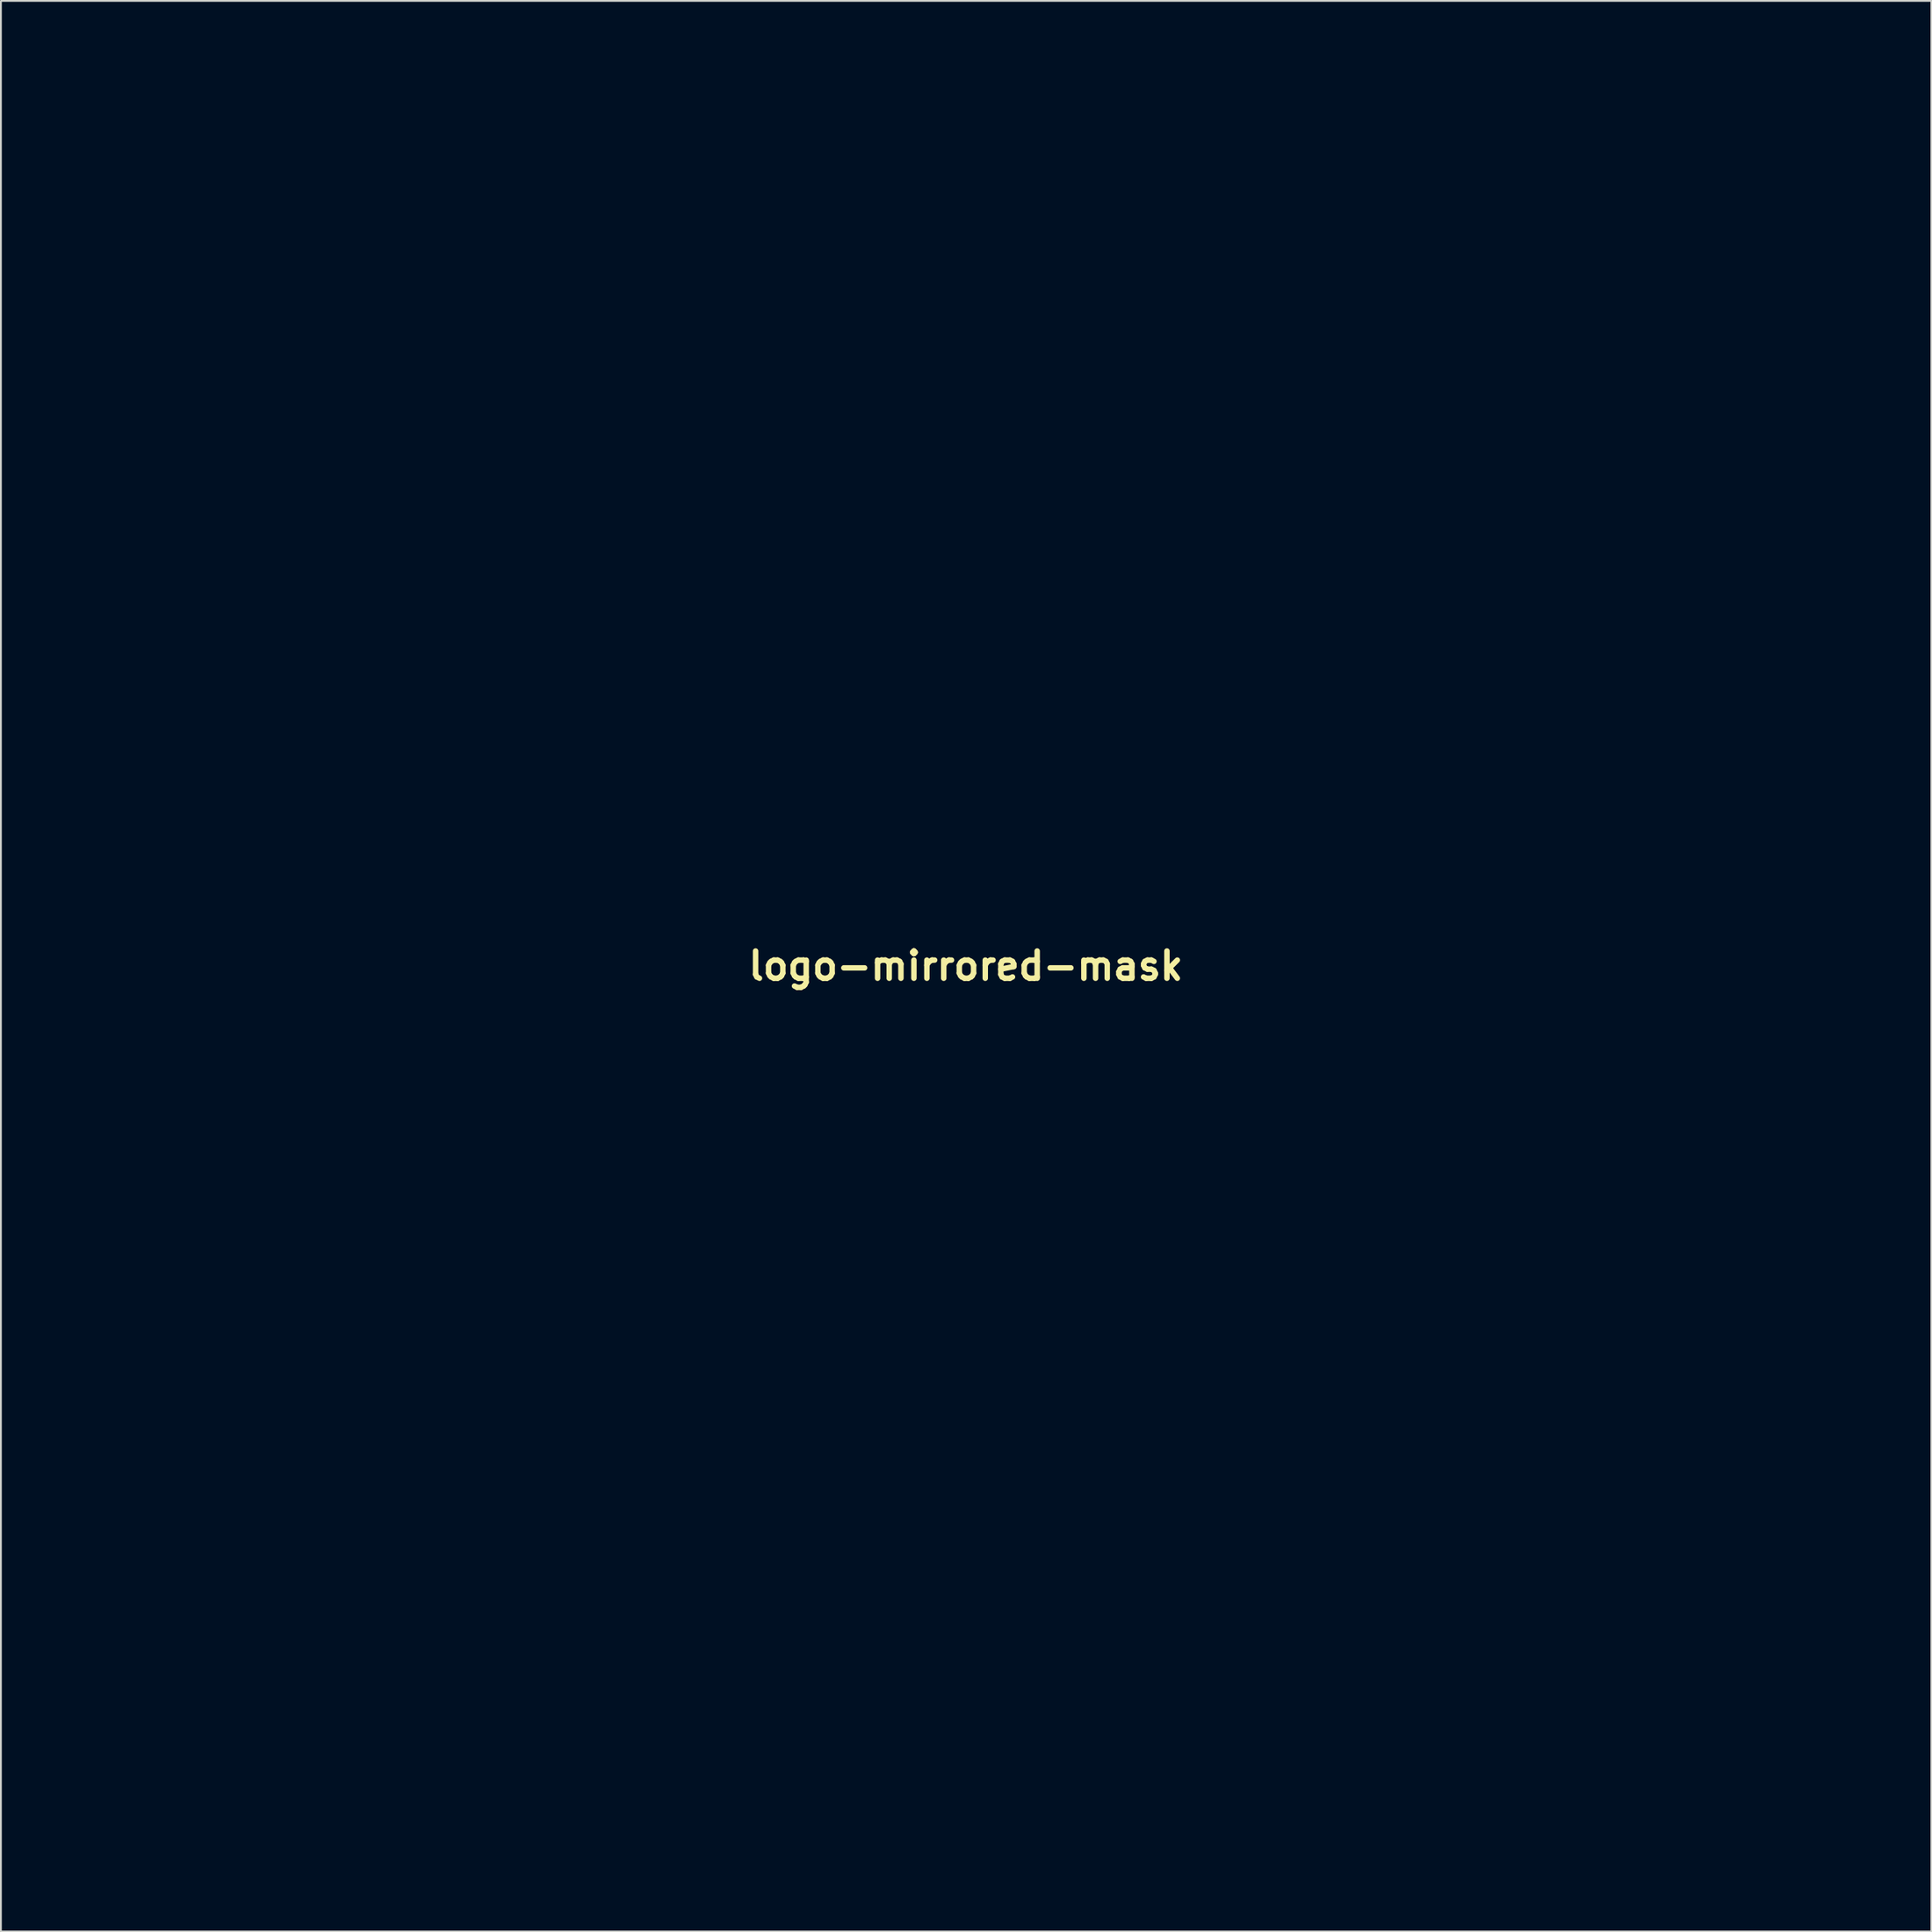
<source format=kicad_pcb>
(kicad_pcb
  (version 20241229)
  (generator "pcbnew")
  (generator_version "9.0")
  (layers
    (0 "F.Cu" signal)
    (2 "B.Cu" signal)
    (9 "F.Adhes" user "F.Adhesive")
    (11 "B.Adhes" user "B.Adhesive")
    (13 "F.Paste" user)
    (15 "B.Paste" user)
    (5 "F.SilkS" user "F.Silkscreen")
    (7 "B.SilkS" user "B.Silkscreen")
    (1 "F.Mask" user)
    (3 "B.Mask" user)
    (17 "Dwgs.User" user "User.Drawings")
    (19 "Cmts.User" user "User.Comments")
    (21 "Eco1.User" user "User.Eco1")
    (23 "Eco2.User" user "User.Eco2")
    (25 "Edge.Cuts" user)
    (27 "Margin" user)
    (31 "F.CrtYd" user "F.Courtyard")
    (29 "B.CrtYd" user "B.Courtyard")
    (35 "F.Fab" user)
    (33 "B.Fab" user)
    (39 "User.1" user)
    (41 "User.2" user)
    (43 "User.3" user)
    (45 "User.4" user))
  (footprint "logo-mirrored-mask"
    (layer "F.Cu")
    (at 50.114 50.121)
    (property "Reference" "logo-mirrored-mask" (at 0 0 0) (layer "F.SilkS") (effects (font (size 1.5 1.5) (thickness 0.3))))
    (attr board_only exclude_from_pos_files exclude_from_bom)
    (fp_poly (pts (xy 4.867 -23.655) (xy 5.01 -23.598) (xy 5.046 -23.579) (xy 5.163 -23.519) (xy 5.341 -23.432) (xy 5.576 -23.32) (xy 5.863 -23.185) (xy 6.198 -23.029) (xy 6.296 -22.983) (xy 6.43 -22.921) (xy 6.594 -22.844) (xy 6.774 -22.758) (xy 6.957 -22.671) (xy 7.129 -22.589) (xy 7.277 -22.519) (xy 7.386 -22.466) (xy 7.441 -22.438) (xy 7.536 -22.39) (xy 7.622 -22.347) (xy 7.724 -22.298) (xy 7.866 -22.233) (xy 7.883 -22.225) (xy 8.128 -22.113) (xy 8.324 -22.022) (xy 8.491 -21.944) (xy 8.645 -21.871) (xy 8.806 -21.793) (xy 8.984 -21.706) (xy 9.142 -21.629) (xy 9.278 -21.566) (xy 9.377 -21.522) (xy 9.427 -21.503) (xy 9.429 -21.503) (xy 9.477 -21.484) (xy 9.552 -21.438) (xy 9.556 -21.436) (xy 9.654 -21.378) (xy 9.741 -21.342) (xy 9.808 -21.316) (xy 9.924 -21.265) (xy 10.071 -21.197) (xy 10.232 -21.121) (xy 10.388 -21.046) (xy 10.523 -20.984) (xy 10.62 -20.943) (xy 10.668 -20.926) (xy 10.669 -20.926) (xy 10.722 -20.906) (xy 10.792 -20.859) (xy 10.884 -20.804) (xy 11 -20.753) (xy 11.022 -20.746) (xy 11.142 -20.699) (xy 11.248 -20.642) (xy 11.262 -20.632) (xy 11.337 -20.586) (xy 11.385 -20.565) (xy 11.386 -20.565) (xy 11.43 -20.551) (xy 11.52 -20.512) (xy 11.64 -20.456) (xy 11.669 -20.442) (xy 11.81 -20.375) (xy 11.99 -20.289) (xy 12.183 -20.197) (xy 12.321 -20.132) (xy 12.525 -20.035) (xy 12.751 -19.928) (xy 12.966 -19.826) (xy 13.079 -19.772) (xy 13.266 -19.683) (xy 13.468 -19.588) (xy 13.652 -19.502) (xy 13.728 -19.466) (xy 13.866 -19.402) (xy 13.985 -19.346) (xy 14.065 -19.307) (xy 14.08 -19.299) (xy 14.17 -19.253) (xy 14.206 -19.234) (xy 14.326 -19.174) (xy 14.463 -19.108) (xy 14.601 -19.045) (xy 14.724 -18.991) (xy 14.814 -18.954) (xy 14.854 -18.942) (xy 14.907 -18.917) (xy 14.935 -18.89) (xy 14.993 -18.848) (xy 15.093 -18.802) (xy 15.156 -18.779) (xy 15.278 -18.722) (xy 15.384 -18.646) (xy 15.457 -18.565) (xy 15.478 -18.506) (xy 15.469 -18.492) (xy 15.437 -18.469) (xy 15.375 -18.435) (xy 15.276 -18.385) (xy 15.133 -18.316) (xy 14.939 -18.224) (xy 14.688 -18.107) (xy 14.648 -18.088) (xy 14.497 -18.018) (xy 14.391 -17.967) (xy 14.312 -17.929) (xy 14.241 -17.891) (xy 14.197 -17.868) (xy 14.132 -17.835) (xy 14.022 -17.782) (xy 13.886 -17.719) (xy 13.837 -17.696) (xy 13.678 -17.624) (xy 13.568 -17.572) (xy 13.489 -17.534) (xy 13.423 -17.5) (xy 13.367 -17.471) (xy 13.31 -17.442) (xy 13.201 -17.388) (xy 13.054 -17.318) (xy 12.885 -17.237) (xy 12.826 -17.209) (xy 12.384 -16.998) (xy 11.98 -16.805) (xy 11.59 -16.618) (xy 11.187 -16.423) (xy 10.95 -16.308) (xy 10.719 -16.197) (xy 10.475 -16.079) (xy 10.238 -15.965) (xy 10.031 -15.866) (xy 9.922 -15.814) (xy 9.736 -15.725) (xy 9.601 -15.661) (xy 9.506 -15.615) (xy 9.437 -15.581) (xy 9.381 -15.552) (xy 9.327 -15.523) (xy 9.262 -15.491) (xy 9.151 -15.438) (xy 9.015 -15.374) (xy 8.966 -15.351) (xy 8.848 -15.297) (xy 8.718 -15.236) (xy 8.567 -15.164) (xy 8.389 -15.079) (xy 8.175 -14.976) (xy 7.918 -14.853) (xy 7.61 -14.704) (xy 7.27 -14.54) (xy 7.039 -14.428) (xy 6.794 -14.31) (xy 6.558 -14.197) (xy 6.351 -14.098) (xy 6.242 -14.046) (xy 6.055 -13.957) (xy 5.921 -13.893) (xy 5.826 -13.847) (xy 5.757 -13.813) (xy 5.701 -13.784) (xy 5.646 -13.755) (xy 5.576 -13.72) (xy 5.466 -13.668) (xy 5.358 -13.618) (xy 5.21 -13.55) (xy 5.059 -13.479) (xy 4.972 -13.437) (xy 4.871 -13.391) (xy 4.811 -13.377) (xy 4.774 -13.392) (xy 4.756 -13.411) (xy 4.749 -13.454) (xy 4.743 -13.565) (xy 4.736 -13.738) (xy 4.73 -13.967) (xy 4.724 -14.249) (xy 4.717 -14.578) (xy 4.712 -14.949) (xy 4.706 -15.357) (xy 4.7 -15.797) (xy 4.695 -16.264) (xy 4.691 -16.754) (xy 4.686 -17.26) (xy 4.682 -17.778) (xy 4.679 -18.304) (xy 4.675 -18.831) (xy 4.673 -19.355) (xy 4.671 -19.871) (xy 4.669 -20.375) (xy 4.668 -20.86) (xy 4.667 -21.322) (xy 4.668 -21.756) (xy 4.669 -22.158) (xy 4.67 -22.521) (xy 4.672 -22.841) (xy 4.675 -23.113) (xy 4.679 -23.331) (xy 4.684 -23.492) (xy 4.689 -23.59) (xy 4.694 -23.619) (xy 4.764 -23.662)) (stroke (width 0) (type solid)) (fill yes) (layer "F.Mask"))
    (fp_poly (pts (xy 0.73 -7.027) (xy 0.755 -6.987) (xy 0.775 -6.918) (xy 0.791 -6.814) (xy 0.802 -6.671) (xy 0.811 -6.485) (xy 0.817 -6.249) (xy 0.822 -5.96) (xy 0.826 -5.613) (xy 0.83 -5.202) (xy 0.834 -4.813) (xy 0.837 -4.438) (xy 0.842 -4.001) (xy 0.846 -3.513) (xy 0.851 -2.983) (xy 0.856 -2.421) (xy 0.861 -1.839) (xy 0.867 -1.245) (xy 0.872 -0.65) (xy 0.877 -0.064) (xy 0.881 0.502) (xy 0.884 0.763) (xy 0.889 1.351) (xy 0.893 1.871) (xy 0.897 2.327) (xy 0.9 2.723) (xy 0.902 3.062) (xy 0.901 3.349) (xy 0.899 3.589) (xy 0.893 3.784) (xy 0.885 3.938) (xy 0.873 4.057) (xy 0.858 4.144) (xy 0.838 4.202) (xy 0.814 4.236) (xy 0.785 4.25) (xy 0.75 4.248) (xy 0.71 4.234) (xy 0.664 4.211) (xy 0.612 4.184) (xy 0.559 4.16) (xy 0.437 4.106) (xy 0.338 4.056) (xy 0.289 4.026) (xy 0.245 4.001) (xy 0.145 3.947) (xy -0.006 3.868) (xy -0.2 3.769) (xy -0.431 3.652) (xy -0.69 3.521) (xy -0.97 3.38) (xy -1.082 3.324) (xy -1.369 3.18) (xy -1.638 3.046) (xy -1.88 2.924) (xy -2.088 2.819) (xy -2.257 2.734) (xy -2.378 2.673) (xy -2.444 2.639) (xy -2.453 2.634) (xy -2.507 2.606) (xy -2.61 2.555) (xy -2.744 2.488) (xy -2.85 2.437) (xy -2.998 2.364) (xy -3.125 2.301) (xy -3.215 2.256) (xy -3.247 2.238) (xy -3.313 2.203) (xy -3.411 2.154) (xy -3.446 2.137) (xy -3.621 2.052) (xy -3.743 1.992) (xy -3.824 1.95) (xy -3.876 1.922) (xy -3.897 1.909) (xy -3.965 1.872) (xy -4.062 1.827) (xy -4.077 1.82) (xy -4.189 1.768) (xy -4.288 1.714) (xy -4.293 1.711) (xy -4.391 1.658) (xy -4.503 1.605) (xy -4.51 1.603) (xy -4.608 1.559) (xy -4.684 1.521) (xy -4.69 1.517) (xy -4.733 1.494) (xy -4.834 1.442) (xy -4.985 1.365) (xy -5.179 1.267) (xy -5.409 1.151) (xy -5.669 1.02) (xy -5.95 0.878) (xy -6.079 0.813) (xy -6.37 0.667) (xy -6.643 0.529) (xy -6.892 0.404) (xy -7.108 0.294) (xy -7.285 0.204) (xy -7.415 0.137) (xy -7.491 0.098) (xy -7.505 0.09) (xy -7.601 0.039) (xy -7.714 -0.013) (xy -7.721 -0.016) (xy -7.819 -0.062) (xy -7.895 -0.102) (xy -7.901 -0.107) (xy -7.97 -0.144) (xy -8.068 -0.19) (xy -8.082 -0.196) (xy -8.194 -0.247) (xy -8.294 -0.3) (xy -8.298 -0.302) (xy -8.371 -0.343) (xy -8.466 -0.393) (xy -8.6 -0.458) (xy -8.749 -0.529) (xy -8.858 -0.583) (xy -8.948 -0.63) (xy -9.005 -0.66) (xy -9.117 -0.716) (xy -9.272 -0.795) (xy -9.461 -0.889) (xy -9.672 -0.995) (xy -9.786 -1.052) (xy -10 -1.161) (xy -10.192 -1.262) (xy -10.352 -1.351) (xy -10.471 -1.421) (xy -10.54 -1.469) (xy -10.553 -1.483) (xy -10.559 -1.568) (xy -10.551 -1.598) (xy -10.51 -1.635) (xy -10.409 -1.697) (xy -10.254 -1.782) (xy -10.049 -1.888) (xy -9.802 -2.01) (xy -9.518 -2.146) (xy -9.309 -2.243) (xy -9.18 -2.304) (xy -9.07 -2.357) (xy -9.002 -2.391) (xy -8.947 -2.42) (xy -8.882 -2.453) (xy -8.794 -2.496) (xy -8.672 -2.554) (xy -8.503 -2.634) (xy -8.37 -2.697) (xy -8.175 -2.789) (xy -7.948 -2.898) (xy -7.72 -3.007) (xy -7.577 -3.077) (xy -7.406 -3.16) (xy -7.248 -3.236) (xy -7.119 -3.297) (xy -7.036 -3.334) (xy -7.036 -3.335) (xy -6.937 -3.38) (xy -6.862 -3.419) (xy -6.855 -3.424) (xy -6.799 -3.454) (xy -6.696 -3.504) (xy -6.564 -3.566) (xy -6.512 -3.59) (xy -6.35 -3.666) (xy -6.154 -3.758) (xy -5.956 -3.854) (xy -5.863 -3.899) (xy -5.702 -3.977) (xy -5.552 -4.049) (xy -5.432 -4.104) (xy -5.376 -4.13) (xy -5.278 -4.174) (xy -5.202 -4.213) (xy -5.195 -4.217) (xy -5.139 -4.247) (xy -5.036 -4.297) (xy -4.905 -4.359) (xy -4.853 -4.383) (xy -4.716 -4.447) (xy -4.6 -4.502) (xy -4.524 -4.541) (xy -4.51 -4.549) (xy -4.442 -4.586) (xy -4.344 -4.632) (xy -4.33 -4.639) (xy -4.248 -4.676) (xy -4.119 -4.737) (xy -3.961 -4.812) (xy -3.79 -4.894) (xy -3.788 -4.895) (xy -3.575 -4.998) (xy -3.332 -5.115) (xy -3.095 -5.228) (xy -2.959 -5.294) (xy -2.775 -5.381) (xy -2.642 -5.445) (xy -2.545 -5.493) (xy -2.468 -5.531) (xy -2.396 -5.567) (xy -2.354 -5.589) (xy -2.266 -5.633) (xy -2.135 -5.695) (xy -1.985 -5.766) (xy -1.841 -5.832) (xy -1.724 -5.885) (xy -1.696 -5.897) (xy -1.598 -5.942) (xy -1.522 -5.981) (xy -1.515 -5.985) (xy -1.459 -6.015) (xy -1.356 -6.065) (xy -1.224 -6.127) (xy -1.173 -6.151) (xy -1.033 -6.216) (xy -0.911 -6.273) (xy -0.828 -6.314) (xy -0.812 -6.322) (xy -0.756 -6.352) (xy -0.701 -6.381) (xy -0.633 -6.414) (xy -0.54 -6.459) (xy -0.411 -6.521) (xy -0.233 -6.605) (xy -0.162 -6.639) (xy 0.025 -6.728) (xy 0.207 -6.815) (xy 0.365 -6.892) (xy 0.479 -6.949) (xy 0.496 -6.957) (xy 0.559 -6.991) (xy 0.614 -7.02) (xy 0.66 -7.039) (xy 0.698 -7.043)) (stroke (width 0) (type solid)) (fill yes) (layer "F.Mask"))
    (fp_poly (pts (xy 5.141 27.977) (xy 5.147 27.978) (xy 5.224 28.003) (xy 5.349 28.056) (xy 5.508 28.13) (xy 5.687 28.217) (xy 5.767 28.259) (xy 5.982 28.371) (xy 6.234 28.501) (xy 6.497 28.636) (xy 6.743 28.762) (xy 6.819 28.801) (xy 7.009 28.898) (xy 7.182 28.987) (xy 7.326 29.061) (xy 7.427 29.114) (xy 7.468 29.136) (xy 7.562 29.184) (xy 7.675 29.24) (xy 7.695 29.25) (xy 7.772 29.287) (xy 7.895 29.349) (xy 8.051 29.429) (xy 8.228 29.519) (xy 8.413 29.613) (xy 8.591 29.704) (xy 8.751 29.787) (xy 8.879 29.853) (xy 8.963 29.897) (xy 8.984 29.909) (xy 9.049 29.944) (xy 9.147 29.993) (xy 9.182 30.01) (xy 9.361 30.097) (xy 9.489 30.16) (xy 9.581 30.207) (xy 9.65 30.244) (xy 9.669 30.255) (xy 9.731 30.288) (xy 9.845 30.348) (xy 9.996 30.426) (xy 10.174 30.516) (xy 10.301 30.581) (xy 10.531 30.698) (xy 10.798 30.835) (xy 11.073 30.977) (xy 11.329 31.11) (xy 11.419 31.157) (xy 11.614 31.258) (xy 11.796 31.352) (xy 11.952 31.431) (xy 12.067 31.488) (xy 12.123 31.515) (xy 12.221 31.562) (xy 12.296 31.603) (xy 12.303 31.607) (xy 12.347 31.634) (xy 12.418 31.67) (xy 12.528 31.722) (xy 12.692 31.797) (xy 12.7 31.801) (xy 12.752 31.827) (xy 12.853 31.879) (xy 12.988 31.95) (xy 13.142 32.031) (xy 13.293 32.111) (xy 13.492 32.214) (xy 13.723 32.334) (xy 13.969 32.461) (xy 14.214 32.587) (xy 14.279 32.62) (xy 14.539 32.753) (xy 14.82 32.897) (xy 15.102 33.042) (xy 15.364 33.177) (xy 15.585 33.291) (xy 15.604 33.301) (xy 15.798 33.401) (xy 15.977 33.493) (xy 16.128 33.57) (xy 16.238 33.625) (xy 16.29 33.65) (xy 16.404 33.707) (xy 16.506 33.76) (xy 16.57 33.793) (xy 16.686 33.853) (xy 16.846 33.934) (xy 17.037 34.031) (xy 17.248 34.138) (xy 17.345 34.187) (xy 17.565 34.299) (xy 17.769 34.406) (xy 17.948 34.503) (xy 18.089 34.582) (xy 18.182 34.638) (xy 18.203 34.653) (xy 18.33 34.75) (xy 18.32 40.65) (xy 18.31 46.551) (xy 18.19 46.651) (xy 18.088 46.716) (xy 17.951 46.778) (xy 17.847 46.813) (xy 17.714 46.854) (xy 17.597 46.897) (xy 17.535 46.925) (xy 17.45 46.964) (xy 17.329 47.013) (xy 17.246 47.043) (xy 17.03 47.119) (xy 16.866 47.177) (xy 16.741 47.222) (xy 16.639 47.261) (xy 16.545 47.299) (xy 16.484 47.324) (xy 16.366 47.369) (xy 16.269 47.4) (xy 16.223 47.409) (xy 16.161 47.421) (xy 16.056 47.454) (xy 15.939 47.496) (xy 15.807 47.547) (xy 15.68 47.593) (xy 15.536 47.642) (xy 15.358 47.701) (xy 15.208 47.749) (xy 15.002 47.814) (xy 14.772 47.884) (xy 14.544 47.952) (xy 14.343 48.01) (xy 14.251 48.035) (xy 14.098 48.078) (xy 13.936 48.127) (xy 13.873 48.147) (xy 13.481 48.268) (xy 13.02 48.397) (xy 12.493 48.534) (xy 12.429 48.55) (xy 12.288 48.586) (xy 12.111 48.633) (xy 11.934 48.681) (xy 11.906 48.689) (xy 11.741 48.732) (xy 11.578 48.77) (xy 11.448 48.795) (xy 11.425 48.798) (xy 11.283 48.824) (xy 11.142 48.86) (xy 11.107 48.872) (xy 11.004 48.902) (xy 10.856 48.936) (xy 10.692 48.969) (xy 10.643 48.978) (xy 10.479 49.01) (xy 10.323 49.044) (xy 10.203 49.077) (xy 10.179 49.085) (xy 10.076 49.112) (xy 9.928 49.141) (xy 9.76 49.166) (xy 9.695 49.174) (xy 9.525 49.197) (xy 9.364 49.225) (xy 9.239 49.254) (xy 9.205 49.265) (xy 9.105 49.293) (xy 8.956 49.324) (xy 8.783 49.355) (xy 8.667 49.373) (xy 8.493 49.399) (xy 8.333 49.427) (xy 8.208 49.452) (xy 8.154 49.465) (xy 8.07 49.484) (xy 7.932 49.507) (xy 7.761 49.532) (xy 7.573 49.556) (xy 7.564 49.557) (xy 7.364 49.583) (xy 7.167 49.612) (xy 6.995 49.64) (xy 6.879 49.663) (xy 6.754 49.686) (xy 6.581 49.711) (xy 6.382 49.735) (xy 6.188 49.753) (xy 5.987 49.771) (xy 5.79 49.791) (xy 5.62 49.811) (xy 5.502 49.827) (xy 5.356 49.849) (xy 5.265 49.858) (xy 5.213 49.852) (xy 5.183 49.829) (xy 5.163 49.796) (xy 5.158 49.752) (xy 5.153 49.637) (xy 5.148 49.453) (xy 5.143 49.201) (xy 5.138 48.885) (xy 5.133 48.504) (xy 5.127 48.061) (xy 5.122 47.557) (xy 5.117 46.995) (xy 5.111 46.375) (xy 5.106 45.699) (xy 5.101 44.969) (xy 5.096 44.187) (xy 5.091 43.354) (xy 5.09 43.257) (xy 5.086 42.496) (xy 5.081 41.705) (xy 5.076 40.891) (xy 5.07 40.063) (xy 5.064 39.228) (xy 5.058 38.394) (xy 5.052 37.568) (xy 5.046 36.758) (xy 5.04 35.971) (xy 5.034 35.215) (xy 5.028 34.499) (xy 5.022 33.828) (xy 5.017 33.212) (xy 5.011 32.658) (xy 5.01 32.472) (xy 5.004 31.918) (xy 5 31.383) (xy 4.996 30.872) (xy 4.992 30.389) (xy 4.989 29.939) (xy 4.987 29.525) (xy 4.986 29.154) (xy 4.985 28.829) (xy 4.985 28.554) (xy 4.986 28.335) (xy 4.988 28.176) (xy 4.99 28.082) (xy 4.992 28.057) (xy 5.016 27.99) (xy 5.057 27.968)) (stroke (width 0) (type solid)) (fill yes) (layer "F.Mask"))
    (fp_poly (pts (xy 5.031 10.825) (xy 5.132 10.857) (xy 5.274 10.918) (xy 5.464 11.008) (xy 5.709 11.13) (xy 5.72 11.136) (xy 5.93 11.242) (xy 6.125 11.341) (xy 6.292 11.425) (xy 6.422 11.49) (xy 6.501 11.529) (xy 6.512 11.535) (xy 6.621 11.59) (xy 6.711 11.64) (xy 6.808 11.692) (xy 6.921 11.744) (xy 6.927 11.747) (xy 7.032 11.794) (xy 7.119 11.838) (xy 7.126 11.842) (xy 7.211 11.887) (xy 7.306 11.933) (xy 7.415 11.987) (xy 7.505 12.037) (xy 7.602 12.089) (xy 7.714 12.141) (xy 7.721 12.144) (xy 7.819 12.188) (xy 7.895 12.225) (xy 7.901 12.229) (xy 7.943 12.252) (xy 8.043 12.303) (xy 8.195 12.381) (xy 8.394 12.481) (xy 8.632 12.602) (xy 8.904 12.739) (xy 9.204 12.891) (xy 9.525 13.053) (xy 9.687 13.135) (xy 10.018 13.301) (xy 10.332 13.459) (xy 10.621 13.606) (xy 10.881 13.737) (xy 11.105 13.85) (xy 11.286 13.942) (xy 11.417 14.009) (xy 11.494 14.048) (xy 11.509 14.056) (xy 11.834 14.219) (xy 11.942 14.269) (xy 12.054 14.322) (xy 12.153 14.375) (xy 12.159 14.378) (xy 12.21 14.405) (xy 12.318 14.461) (xy 12.476 14.542) (xy 12.677 14.643) (xy 12.913 14.763) (xy 13.177 14.896) (xy 13.461 15.039) (xy 13.584 15.101) (xy 13.873 15.246) (xy 14.143 15.382) (xy 14.387 15.505) (xy 14.598 15.612) (xy 14.769 15.699) (xy 14.892 15.762) (xy 14.962 15.798) (xy 14.973 15.804) (xy 15.042 15.84) (xy 15.139 15.884) (xy 15.153 15.89) (xy 15.265 15.942) (xy 15.365 15.994) (xy 15.37 15.997) (xy 15.442 16.036) (xy 15.559 16.097) (xy 15.7 16.168) (xy 15.767 16.201) (xy 15.912 16.274) (xy 16.043 16.339) (xy 16.138 16.389) (xy 16.164 16.403) (xy 16.268 16.456) (xy 16.344 16.491) (xy 16.401 16.518) (xy 16.511 16.572) (xy 16.666 16.649) (xy 16.856 16.744) (xy 17.069 16.852) (xy 17.228 16.933) (xy 17.478 17.06) (xy 17.671 17.161) (xy 17.816 17.24) (xy 17.92 17.302) (xy 17.991 17.352) (xy 18.038 17.396) (xy 18.068 17.437) (xy 18.082 17.462) (xy 18.091 17.488) (xy 18.1 17.523) (xy 18.108 17.574) (xy 18.115 17.643) (xy 18.121 17.735) (xy 18.127 17.855) (xy 18.133 18.005) (xy 18.138 18.19) (xy 18.143 18.414) (xy 18.148 18.681) (xy 18.152 18.995) (xy 18.157 19.36) (xy 18.162 19.781) (xy 18.168 20.261) (xy 18.173 20.804) (xy 18.179 21.414) (xy 18.18 21.539) (xy 18.189 22.446) (xy 18.197 23.312) (xy 18.204 24.137) (xy 18.21 24.917) (xy 18.215 25.651) (xy 18.219 26.338) (xy 18.223 26.974) (xy 18.225 27.557) (xy 18.226 28.086) (xy 18.227 28.559) (xy 18.227 28.974) (xy 18.225 29.328) (xy 18.223 29.619) (xy 18.22 29.846) (xy 18.216 30.006) (xy 18.211 30.097) (xy 18.207 30.118) (xy 18.159 30.154) (xy 18.077 30.151) (xy 17.953 30.108) (xy 17.78 30.023) (xy 17.733 29.998) (xy 17.593 29.922) (xy 17.467 29.857) (xy 17.376 29.812) (xy 17.354 29.803) (xy 17.25 29.756) (xy 17.174 29.716) (xy 17.116 29.685) (xy 17.005 29.627) (xy 16.851 29.547) (xy 16.663 29.451) (xy 16.453 29.343) (xy 16.344 29.287) (xy 16.085 29.155) (xy 15.804 29.011) (xy 15.522 28.866) (xy 15.26 28.732) (xy 15.04 28.619) (xy 15.027 28.612) (xy 14.836 28.514) (xy 14.597 28.391) (xy 14.324 28.252) (xy 14.035 28.104) (xy 13.743 27.955) (xy 13.494 27.827) (xy 13.215 27.684) (xy 12.925 27.536) (xy 12.638 27.389) (xy 12.371 27.251) (xy 12.138 27.132) (xy 11.97 27.045) (xy 11.775 26.945) (xy 11.592 26.852) (xy 11.436 26.773) (xy 11.319 26.714) (xy 11.266 26.688) (xy 11.154 26.633) (xy 11.054 26.581) (xy 11.04 26.574) (xy 10.967 26.535) (xy 10.834 26.466) (xy 10.646 26.369) (xy 10.409 26.247) (xy 10.127 26.102) (xy 9.805 25.937) (xy 9.448 25.754) (xy 9.128 25.591) (xy 8.85 25.449) (xy 8.532 25.286) (xy 8.199 25.116) (xy 7.877 24.95) (xy 7.588 24.802) (xy 7.559 24.787) (xy 7.281 24.644) (xy 6.972 24.486) (xy 6.653 24.323) (xy 6.349 24.167) (xy 6.082 24.031) (xy 6.043 24.011) (xy 5.77 23.872) (xy 5.552 23.76) (xy 5.384 23.672) (xy 5.256 23.604) (xy 5.161 23.551) (xy 5.091 23.509) (xy 5.038 23.473) (xy 5.008 23.451) (xy 4.999 23.443) (xy 4.991 23.431) (xy 4.983 23.413) (xy 4.977 23.385) (xy 4.97 23.343) (xy 4.965 23.285) (xy 4.96 23.208) (xy 4.955 23.108) (xy 4.951 22.982) (xy 4.947 22.827) (xy 4.943 22.639) (xy 4.94 22.416) (xy 4.937 22.154) (xy 4.934 21.851) (xy 4.931 21.502) (xy 4.928 21.105) (xy 4.926 20.656) (xy 4.923 20.153) (xy 4.92 19.592) (xy 4.917 18.97) (xy 4.914 18.283) (xy 4.911 17.529) (xy 4.909 17.155) (xy 4.906 16.489) (xy 4.903 15.842) (xy 4.901 15.218) (xy 4.899 14.621) (xy 4.897 14.055) (xy 4.896 13.522) (xy 4.895 13.027) (xy 4.894 12.574) (xy 4.893 12.166) (xy 4.893 11.807) (xy 4.893 11.5) (xy 4.893 11.25) (xy 4.894 11.06) (xy 4.895 10.933) (xy 4.897 10.874) (xy 4.897 10.87) (xy 4.921 10.834) (xy 4.963 10.818)) (stroke (width 0) (type solid)) (fill yes) (layer "F.Mask"))
    (fp_poly (pts (xy 18.37 -15.448) (xy 18.401 -15.405) (xy 18.404 -15.364) (xy 18.407 -15.254) (xy 18.409 -15.077) (xy 18.411 -14.837) (xy 18.413 -14.537) (xy 18.415 -14.18) (xy 18.417 -13.768) (xy 18.418 -13.305) (xy 18.419 -12.794) (xy 18.42 -12.238) (xy 18.421 -11.639) (xy 18.422 -11.001) (xy 18.422 -10.326) (xy 18.423 -9.619) (xy 18.423 -8.88) (xy 18.423 -8.115) (xy 18.423 -7.325) (xy 18.422 -6.514) (xy 18.422 -5.684) (xy 18.421 -4.838) (xy 18.42 -3.981) (xy 18.419 -3.113) (xy 18.418 -2.24) (xy 18.417 -1.362) (xy 18.416 -0.484) (xy 18.414 0.391) (xy 18.412 1.261) (xy 18.411 2.123) (xy 18.409 2.973) (xy 18.407 3.808) (xy 18.405 4.627) (xy 18.403 5.425) (xy 18.401 6.2) (xy 18.398 6.948) (xy 18.396 7.667) (xy 18.393 8.354) (xy 18.391 9.005) (xy 18.388 9.619) (xy 18.386 10.191) (xy 18.383 10.719) (xy 18.38 11.199) (xy 18.377 11.63) (xy 18.374 12.007) (xy 18.371 12.328) (xy 18.369 12.59) (xy 18.366 12.79) (xy 18.363 12.924) (xy 18.359 12.991) (xy 18.358 12.998) (xy 18.338 13.034) (xy 18.313 13.051) (xy 18.269 13.048) (xy 18.189 13.022) (xy 18.059 12.973) (xy 18.04 12.965) (xy 17.913 12.913) (xy 17.809 12.865) (xy 17.751 12.831) (xy 17.709 12.806) (xy 17.608 12.752) (xy 17.457 12.673) (xy 17.26 12.573) (xy 17.026 12.453) (xy 16.76 12.318) (xy 16.47 12.172) (xy 16.2 12.036) (xy 15.892 11.882) (xy 15.602 11.736) (xy 15.336 11.602) (xy 15.101 11.484) (xy 14.904 11.385) (xy 14.752 11.308) (xy 14.652 11.257) (xy 14.612 11.237) (xy 14.514 11.186) (xy 14.405 11.132) (xy 14.405 11.132) (xy 14.284 11.075) (xy 14.17 11.021) (xy 14.061 10.967) (xy 13.963 10.917) (xy 13.963 10.917) (xy 13.91 10.889) (xy 13.8 10.834) (xy 13.643 10.755) (xy 13.445 10.656) (xy 13.216 10.541) (xy 12.964 10.415) (xy 12.772 10.32) (xy 12.51 10.189) (xy 12.267 10.067) (xy 12.051 9.959) (xy 11.87 9.868) (xy 11.732 9.798) (xy 11.645 9.753) (xy 11.618 9.739) (xy 11.565 9.71) (xy 11.462 9.657) (xy 11.327 9.588) (xy 11.203 9.525) (xy 11.047 9.447) (xy 10.907 9.375) (xy 10.8 9.318) (xy 10.752 9.292) (xy 10.655 9.24) (xy 10.543 9.185) (xy 10.535 9.182) (xy 10.293 9.068) (xy 10.102 8.965) (xy 10.006 8.914) (xy 9.893 8.861) (xy 9.886 8.857) (xy 9.788 8.811) (xy 9.712 8.77) (xy 9.705 8.766) (xy 9.637 8.728) (xy 9.539 8.682) (xy 9.525 8.676) (xy 9.413 8.624) (xy 9.313 8.572) (xy 9.309 8.569) (xy 9.212 8.517) (xy 9.1 8.464) (xy 9.092 8.46) (xy 8.988 8.412) (xy 8.901 8.366) (xy 8.894 8.362) (xy 8.845 8.337) (xy 8.74 8.283) (xy 8.587 8.205) (xy 8.392 8.106) (xy 8.165 7.992) (xy 7.913 7.865) (xy 7.695 7.755) (xy 7.43 7.622) (xy 7.185 7.498) (xy 6.967 7.387) (xy 6.784 7.293) (xy 6.643 7.221) (xy 6.553 7.173) (xy 6.522 7.155) (xy 6.459 7.119) (xy 6.364 7.077) (xy 6.35 7.071) (xy 6.237 7.021) (xy 6.137 6.964) (xy 6.134 6.962) (xy 6.034 6.906) (xy 5.953 6.873) (xy 5.857 6.832) (xy 5.765 6.777) (xy 5.658 6.715) (xy 5.549 6.668) (xy 5.439 6.619) (xy 5.347 6.563) (xy 5.247 6.506) (xy 5.159 6.476) (xy 5.069 6.434) (xy 4.973 6.359) (xy 4.95 6.334) (xy 4.845 6.215) (xy 4.82 3.947) (xy 4.815 3.489) (xy 4.81 2.987) (xy 4.805 2.446) (xy 4.799 1.872) (xy 4.794 1.271) (xy 4.788 0.647) (xy 4.782 0.008) (xy 4.777 -0.643) (xy 4.771 -1.299) (xy 4.766 -1.954) (xy 4.761 -2.604) (xy 4.756 -3.242) (xy 4.751 -3.864) (xy 4.747 -4.463) (xy 4.742 -5.034) (xy 4.739 -5.571) (xy 4.735 -6.069) (xy 4.733 -6.523) (xy 4.73 -6.926) (xy 4.729 -7.274) (xy 4.728 -7.56) (xy 4.727 -7.768) (xy 4.726 -8.915) (xy 4.814 -8.996) (xy 4.903 -9.067) (xy 4.985 -9.116) (xy 5.06 -9.152) (xy 5.175 -9.205) (xy 5.304 -9.265) (xy 5.459 -9.338) (xy 5.671 -9.438) (xy 5.929 -9.561) (xy 6.225 -9.703) (xy 6.549 -9.858) (xy 6.893 -10.024) (xy 7.247 -10.194) (xy 7.602 -10.366) (xy 7.95 -10.535) (xy 8.172 -10.643) (xy 8.378 -10.743) (xy 8.578 -10.839) (xy 8.757 -10.924) (xy 8.898 -10.991) (xy 8.966 -11.022) (xy 9.082 -11.076) (xy 9.243 -11.151) (xy 9.428 -11.239) (xy 9.617 -11.329) (xy 9.633 -11.337) (xy 9.849 -11.44) (xy 10.091 -11.556) (xy 10.326 -11.668) (xy 10.499 -11.751) (xy 10.663 -11.829) (xy 10.809 -11.9) (xy 10.921 -11.955) (xy 10.984 -11.987) (xy 10.986 -11.988) (xy 11.065 -12.029) (xy 11.171 -12.08) (xy 11.203 -12.095) (xy 11.305 -12.144) (xy 11.385 -12.187) (xy 11.401 -12.197) (xy 11.47 -12.235) (xy 11.567 -12.28) (xy 11.582 -12.287) (xy 11.711 -12.344) (xy 11.868 -12.417) (xy 12.024 -12.492) (xy 12.154 -12.557) (xy 12.195 -12.578) (xy 12.291 -12.627) (xy 12.403 -12.679) (xy 12.411 -12.683) (xy 12.643 -12.789) (xy 12.919 -12.92) (xy 13.248 -13.081) (xy 13.326 -13.119) (xy 13.482 -13.195) (xy 13.616 -13.256) (xy 13.715 -13.298) (xy 13.763 -13.313) (xy 13.763 -13.313) (xy 13.823 -13.334) (xy 13.895 -13.38) (xy 13.993 -13.44) (xy 14.1 -13.487) (xy 14.216 -13.537) (xy 14.316 -13.595) (xy 14.422 -13.654) (xy 14.52 -13.689) (xy 14.628 -13.73) (xy 14.724 -13.785) (xy 14.799 -13.833) (xy 14.848 -13.854) (xy 14.85 -13.855) (xy 14.891 -13.87) (xy 14.984 -13.911) (xy 15.117 -13.972) (xy 15.277 -14.048) (xy 15.332 -14.075) (xy 15.547 -14.179) (xy 15.788 -14.296) (xy 16.023 -14.408) (xy 16.2 -14.493) (xy 16.364 -14.571) (xy 16.51 -14.642) (xy 16.622 -14.696) (xy 16.685 -14.728) (xy 16.687 -14.729) (xy 16.736 -14.755) (xy 16.786 -14.781) (xy 16.85 -14.813) (xy 16.94 -14.856) (xy 17.068 -14.917) (xy 17.247 -15.002) (xy 17.282 -15.019) (xy 17.473 -15.11) (xy 17.671 -15.204) (xy 17.851 -15.291) (xy 17.968 -15.347) (xy 18.132 -15.423) (xy 18.245 -15.463) (xy 18.321 -15.471)) (stroke (width 0) (type solid)) (fill yes) (layer "F.Mask"))
    (fp_poly (pts (xy 0.678 -23.645) (xy 0.724 -23.602) (xy 0.734 -23.581) (xy 0.736 -23.54) (xy 0.738 -23.43) (xy 0.741 -23.256) (xy 0.744 -23.021) (xy 0.747 -22.729) (xy 0.75 -22.384) (xy 0.754 -21.99) (xy 0.757 -21.549) (xy 0.76 -21.067) (xy 0.764 -20.547) (xy 0.767 -19.993) (xy 0.77 -19.408) (xy 0.773 -18.796) (xy 0.776 -18.162) (xy 0.779 -17.527) (xy 0.783 -16.712) (xy 0.786 -15.966) (xy 0.788 -15.287) (xy 0.79 -14.673) (xy 0.791 -14.121) (xy 0.791 -13.629) (xy 0.791 -13.194) (xy 0.791 -12.814) (xy 0.789 -12.486) (xy 0.788 -12.208) (xy 0.785 -11.977) (xy 0.782 -11.792) (xy 0.778 -11.648) (xy 0.774 -11.545) (xy 0.769 -11.479) (xy 0.763 -11.448) (xy 0.763 -11.447) (xy 0.701 -11.385) (xy 0.601 -11.333) (xy 0.576 -11.324) (xy 0.475 -11.286) (xy 0.403 -11.243) (xy 0.392 -11.233) (xy 0.336 -11.191) (xy 0.312 -11.185) (xy 0.265 -11.17) (xy 0.17 -11.131) (xy 0.045 -11.076) (xy -0.093 -11.012) (xy -0.227 -10.948) (xy -0.334 -10.893) (xy -0.423 -10.846) (xy -0.46 -10.827) (xy -0.514 -10.8) (xy -0.62 -10.748) (xy -0.764 -10.679) (xy -0.932 -10.599) (xy -0.992 -10.571) (xy -1.202 -10.471) (xy -1.428 -10.363) (xy -1.643 -10.259) (xy -1.82 -10.174) (xy -1.822 -10.173) (xy -1.983 -10.095) (xy -2.133 -10.024) (xy -2.253 -9.968) (xy -2.309 -9.942) (xy -2.407 -9.897) (xy -2.482 -9.858) (xy -2.489 -9.854) (xy -2.544 -9.825) (xy -2.655 -9.77) (xy -2.813 -9.694) (xy -3.009 -9.6) (xy -3.233 -9.494) (xy -3.476 -9.38) (xy -3.662 -9.293) (xy -3.8 -9.229) (xy -3.919 -9.172) (xy -3.998 -9.133) (xy -4.014 -9.126) (xy -4.103 -9.078) (xy -4.14 -9.059) (xy -4.194 -9.032) (xy -4.302 -8.98) (xy -4.452 -8.908) (xy -4.631 -8.822) (xy -4.829 -8.728) (xy -5.034 -8.631) (xy -5.233 -8.537) (xy -5.358 -8.478) (xy -5.493 -8.414) (xy -5.682 -8.324) (xy -5.912 -8.214) (xy -6.172 -8.089) (xy -6.451 -7.954) (xy -6.736 -7.817) (xy -7.016 -7.681) (xy -7.28 -7.553) (xy -7.342 -7.523) (xy -7.551 -7.422) (xy -7.762 -7.32) (xy -7.957 -7.227) (xy -8.117 -7.152) (xy -8.172 -7.126) (xy -8.312 -7.061) (xy -8.433 -7.004) (xy -8.517 -6.963) (xy -8.533 -6.955) (xy -8.611 -6.913) (xy -8.683 -6.877) (xy -8.768 -6.835) (xy -8.887 -6.78) (xy -9.002 -6.726) (xy -9.188 -6.639) (xy -9.382 -6.546) (xy -9.565 -6.457) (xy -9.72 -6.381) (xy -9.828 -6.325) (xy -9.832 -6.323) (xy -9.897 -6.291) (xy -10.007 -6.238) (xy -10.143 -6.175) (xy -10.192 -6.152) (xy -10.342 -6.084) (xy -10.446 -6.035) (xy -10.525 -5.997) (xy -10.599 -5.959) (xy -10.662 -5.926) (xy -10.73 -5.892) (xy -10.84 -5.84) (xy -10.968 -5.78) (xy -11.076 -5.729) (xy -11.233 -5.655) (xy -11.426 -5.563) (xy -11.638 -5.461) (xy -11.852 -5.358) (xy -12.084 -5.246) (xy -12.323 -5.131) (xy -12.551 -5.021) (xy -12.75 -4.926) (xy -12.88 -4.863) (xy -13.081 -4.768) (xy -13.311 -4.657) (xy -13.537 -4.549) (xy -13.656 -4.492) (xy -13.849 -4.399) (xy -14.077 -4.29) (xy -14.313 -4.177) (xy -14.522 -4.077) (xy -14.695 -3.994) (xy -14.848 -3.92) (xy -14.968 -3.862) (xy -15.042 -3.826) (xy -15.054 -3.82) (xy -15.129 -3.796) (xy -15.217 -3.801) (xy -15.337 -3.838) (xy -15.426 -3.874) (xy -15.548 -3.929) (xy -15.655 -3.984) (xy -15.696 -4.008) (xy -15.794 -4.06) (xy -15.907 -4.107) (xy -15.909 -4.108) (xy -16.009 -4.15) (xy -16.085 -4.195) (xy -16.089 -4.198) (xy -16.161 -4.243) (xy -16.26 -4.289) (xy -16.272 -4.294) (xy -16.383 -4.346) (xy -16.481 -4.406) (xy -16.484 -4.408) (xy -16.558 -4.455) (xy -16.608 -4.474) (xy -16.647 -4.489) (xy -16.739 -4.531) (xy -16.873 -4.595) (xy -17.037 -4.674) (xy -17.221 -4.763) (xy -17.412 -4.857) (xy -17.6 -4.95) (xy -17.772 -5.037) (xy -17.919 -5.111) (xy -18.028 -5.168) (xy -18.076 -5.195) (xy -18.116 -5.215) (xy -18.216 -5.265) (xy -18.37 -5.342) (xy -18.574 -5.444) (xy -18.822 -5.567) (xy -19.109 -5.71) (xy -19.43 -5.869) (xy -19.78 -6.042) (xy -20.153 -6.227) (xy -20.545 -6.421) (xy -20.583 -6.44) (xy -20.977 -6.635) (xy -21.353 -6.821) (xy -21.705 -6.996) (xy -22.029 -7.157) (xy -22.319 -7.301) (xy -22.571 -7.427) (xy -22.779 -7.531) (xy -22.938 -7.611) (xy -23.044 -7.664) (xy -23.09 -7.688) (xy -23.091 -7.688) (xy -23.159 -7.725) (xy -23.256 -7.771) (xy -23.271 -7.777) (xy -23.362 -7.82) (xy -23.493 -7.883) (xy -23.64 -7.957) (xy -23.686 -7.981) (xy -23.83 -8.054) (xy -23.963 -8.121) (xy -24.061 -8.169) (xy -24.083 -8.179) (xy -24.192 -8.232) (xy -24.282 -8.278) (xy -24.354 -8.315) (xy -24.47 -8.374) (xy -24.612 -8.444) (xy -24.678 -8.477) (xy -24.818 -8.547) (xy -24.938 -8.607) (xy -25.019 -8.649) (xy -25.039 -8.66) (xy -25.093 -8.688) (xy -25.196 -8.74) (xy -25.33 -8.806) (xy -25.436 -8.858) (xy -25.585 -8.93) (xy -25.714 -8.994) (xy -25.808 -9.04) (xy -25.842 -9.058) (xy -25.931 -9.106) (xy -25.968 -9.125) (xy -26.041 -9.162) (xy -26.16 -9.222) (xy -26.307 -9.295) (xy -26.465 -9.374) (xy -26.616 -9.448) (xy -26.741 -9.51) (xy -26.823 -9.549) (xy -26.825 -9.55) (xy -26.951 -9.611) (xy -27.067 -9.672) (xy -27.114 -9.697) (xy -27.177 -9.73) (xy -27.287 -9.784) (xy -27.424 -9.851) (xy -27.502 -9.888) (xy -27.637 -9.957) (xy -27.743 -10.019) (xy -27.806 -10.065) (xy -27.817 -10.081) (xy -27.784 -10.171) (xy -27.693 -10.259) (xy -27.559 -10.332) (xy -27.538 -10.34) (xy -27.415 -10.392) (xy -27.304 -10.448) (xy -27.271 -10.47) (xy -27.195 -10.515) (xy -27.146 -10.535) (xy -27.145 -10.535) (xy -27.103 -10.55) (xy -27.01 -10.591) (xy -26.879 -10.652) (xy -26.722 -10.728) (xy -26.7 -10.738) (xy -26.522 -10.825) (xy -26.35 -10.908) (xy -26.202 -10.978) (xy -26.104 -11.024) (xy -26 -11.072) (xy -25.852 -11.141) (xy -25.677 -11.223) (xy -25.497 -11.309) (xy -25.49 -11.312) (xy -25.297 -11.403) (xy -25.098 -11.497) (xy -24.917 -11.582) (xy -24.787 -11.643) (xy -24.638 -11.712) (xy -24.532 -11.763) (xy -24.446 -11.805) (xy -24.358 -11.851) (xy -24.327 -11.868) (xy -24.266 -11.897) (xy -24.159 -11.948) (xy -24.026 -12.01) (xy -23.975 -12.033) (xy -23.836 -12.097) (xy -23.718 -12.152) (xy -23.638 -12.19) (xy -23.623 -12.198) (xy -23.534 -12.245) (xy -23.497 -12.264) (xy -23.441 -12.292) (xy -23.328 -12.346) (xy -23.157 -12.427) (xy -22.926 -12.536) (xy -22.633 -12.674) (xy -22.387 -12.79) (xy -22.283 -12.839) (xy -22.133 -12.91) (xy -21.959 -12.992) (xy -21.792 -13.072) (xy -21.599 -13.163) (xy -21.396 -13.259) (xy -21.209 -13.346) (xy -21.088 -13.402) (xy -20.952 -13.466) (xy -20.836 -13.522) (xy -20.76 -13.561) (xy -20.746 -13.569) (xy -20.671 -13.609) (xy -20.601 -13.641) (xy -20.45 -13.709) (xy -20.241 -13.805) (xy -19.973 -13.931) (xy -19.736 -14.044) (xy -19.542 -14.136) (xy -19.339 -14.232) (xy -19.153 -14.32) (xy -19.032 -14.376) (xy -18.894 -14.44) (xy -18.775 -14.496) (xy -18.696 -14.535) (xy -18.68 -14.543) (xy -18.575 -14.598) (xy -18.485 -14.642) (xy -18.383 -14.69) (xy -18.274 -14.738) (xy -18.152 -14.794) (xy -17.988 -14.871) (xy -17.806 -14.957) (xy -17.661 -15.026) (xy -17.473 -15.117) (xy -17.276 -15.211) (xy -17.098 -15.295) (xy -16.993 -15.345) (xy -16.684 -15.489) (xy -16.413 -15.617) (xy -16.184 -15.726) (xy -16.003 -15.813) (xy -15.876 -15.875) (xy -15.809 -15.91) (xy -15.803 -15.914) (xy -15.768 -15.934) (xy -15.721 -15.959) (xy -15.65 -15.992) (xy -15.539 -16.042) (xy -15.377 -16.115) (xy -15.37 -16.118) (xy -15.256 -16.17) (xy -15.099 -16.243) (xy -14.922 -16.327) (xy -14.775 -16.398) (xy -14.584 -16.489) (xy -14.382 -16.585) (xy -14.197 -16.672) (xy -14.089 -16.722) (xy -13.949 -16.787) (xy -13.828 -16.845) (xy -13.745 -16.886) (xy -13.728 -16.894) (xy -13.657 -16.931) (xy -13.588 -16.966) (xy -13.503 -17.007) (xy -13.384 -17.062) (xy -13.259 -17.119) (xy -13.122 -17.183) (xy -13.006 -17.239) (xy -12.931 -17.277) (xy -12.916 -17.285) (xy -12.848 -17.322) (xy -12.751 -17.368) (xy -12.736 -17.374) (xy -12.628 -17.422) (xy -12.495 -17.484) (xy -12.429 -17.515) (xy -12.302 -17.575) (xy -12.143 -17.649) (xy -11.996 -17.716) (xy -11.845 -17.785) (xy -11.737 -17.836) (xy -11.65 -17.879) (xy -11.56 -17.926) (xy -11.554 -17.929) (xy -11.494 -17.959) (xy -11.387 -18.01) (xy -11.254 -18.072) (xy -11.203 -18.096) (xy -10.83 -18.269) (xy -10.4 -18.472) (xy -9.918 -18.701) (xy -9.778 -18.768) (xy -9.594 -18.856) (xy -9.417 -18.94) (xy -9.265 -19.013) (xy -9.156 -19.064) (xy -9.146 -19.068) (xy -9.041 -19.117) (xy -8.892 -19.188) (xy -8.718 -19.27) (xy -8.551 -19.35) (xy -8.151 -19.54) (xy -7.791 -19.711) (xy -7.477 -19.86) (xy -7.217 -19.982) (xy -7.072 -20.05) (xy -6.924 -20.119) (xy -6.739 -20.207) (xy -6.542 -20.301) (xy -6.404 -20.366) (xy -6.089 -20.518) (xy -5.785 -20.663) (xy -5.501 -20.798) (xy -5.245 -20.918) (xy -5.026 -21.021) (xy -4.851 -21.103) (xy -4.729 -21.159) (xy -4.69 -21.175) (xy -4.601 -21.218) (xy -4.546 -21.248) (xy -4.492 -21.276) (xy -4.383 -21.33) (xy -4.229 -21.405) (xy -4.039 -21.496) (xy -3.823 -21.598) (xy -3.592 -21.706) (xy -3.355 -21.816) (xy -3.219 -21.88) (xy -3.102 -21.936) (xy -3.023 -21.975) (xy -3.013 -21.981) (xy -2.937 -22.021) (xy -2.866 -22.057) (xy -2.781 -22.098) (xy -2.661 -22.154) (xy -2.544 -22.207) (xy -2.384 -22.28) (xy -2.224 -22.354) (xy -2.094 -22.414) (xy -2.075 -22.424) (xy -1.954 -22.479) (xy -1.847 -22.528) (xy -1.804 -22.547) (xy -1.715 -22.589) (xy -1.66 -22.618) (xy -1.603 -22.648) (xy -1.5 -22.698) (xy -1.369 -22.76) (xy -1.317 -22.784) (xy -1.178 -22.847) (xy -1.06 -22.903) (xy -0.98 -22.941) (xy -0.965 -22.949) (xy -0.873 -22.997) (xy -0.783 -23.042) (xy -0.672 -23.095) (xy -0.541 -23.155) (xy -0.414 -23.215) (xy -0.245 -23.295) (xy -0.057 -23.386) (xy 0.116 -23.47) (xy 0.329 -23.569) (xy 0.488 -23.63) (xy 0.602 -23.655)) (stroke (width 0) (type solid)) (fill yes) (layer "F.Mask"))
    (fp_poly (pts (xy -15.085 0.659) (xy -14.947 0.715) (xy -14.765 0.805) (xy -14.63 0.876) (xy -14.543 0.921) (xy -14.419 0.985) (xy -14.275 1.058) (xy -14.132 1.13) (xy -14.007 1.192) (xy -13.919 1.235) (xy -13.899 1.245) (xy -13.851 1.268) (xy -13.746 1.32) (xy -13.59 1.398) (xy -13.39 1.499) (xy -13.152 1.619) (xy -12.883 1.754) (xy -12.59 1.902) (xy -12.295 2.051) (xy -11.982 2.209) (xy -11.685 2.358) (xy -11.41 2.497) (xy -11.165 2.62) (xy -10.957 2.725) (xy -10.792 2.808) (xy -10.679 2.865) (xy -10.625 2.892) (xy -10.512 2.949) (xy -10.411 3.003) (xy -10.391 3.014) (xy -10.294 3.065) (xy -10.182 3.118) (xy -10.174 3.121) (xy -10.076 3.167) (xy -10.001 3.207) (xy -9.994 3.211) (xy -9.94 3.241) (xy -9.837 3.293) (xy -9.702 3.36) (xy -9.597 3.411) (xy -9.449 3.483) (xy -9.322 3.546) (xy -9.232 3.593) (xy -9.2 3.611) (xy -9.132 3.648) (xy -9.034 3.693) (xy -9.02 3.7) (xy -8.908 3.752) (xy -8.809 3.804) (xy -8.803 3.807) (xy -8.735 3.845) (xy -8.619 3.906) (xy -8.474 3.981) (xy -8.352 4.042) (xy -8.202 4.119) (xy -8.071 4.185) (xy -7.977 4.234) (xy -7.938 4.256) (xy -7.884 4.284) (xy -7.781 4.336) (xy -7.646 4.403) (xy -7.541 4.455) (xy -7.393 4.527) (xy -7.266 4.59) (xy -7.176 4.636) (xy -7.144 4.653) (xy -7.094 4.679) (xy -6.992 4.731) (xy -6.849 4.802) (xy -6.679 4.887) (xy -6.566 4.942) (xy -6.385 5.031) (xy -6.224 5.112) (xy -6.096 5.176) (xy -6.013 5.219) (xy -5.989 5.232) (xy -5.92 5.268) (xy -5.823 5.313) (xy -5.809 5.319) (xy -5.697 5.37) (xy -5.597 5.423) (xy -5.592 5.426) (xy -5.491 5.482) (xy -5.394 5.531) (xy -5.304 5.574) (xy -5.177 5.636) (xy -5.029 5.71) (xy -4.876 5.786) (xy -4.735 5.857) (xy -4.622 5.914) (xy -4.554 5.949) (xy -4.546 5.953) (xy -4.503 5.976) (xy -4.403 6.027) (xy -4.252 6.103) (xy -4.058 6.202) (xy -3.828 6.318) (xy -3.569 6.449) (xy -3.287 6.591) (xy -3.157 6.657) (xy -2.854 6.81) (xy -2.559 6.959) (xy -2.28 7.1) (xy -2.027 7.229) (xy -1.808 7.34) (xy -1.633 7.429) (xy -1.511 7.492) (xy -1.488 7.504) (xy -1.342 7.578) (xy -1.215 7.641) (xy -1.124 7.683) (xy -1.091 7.697) (xy -1.013 7.73) (xy -0.938 7.771) (xy -0.879 7.805) (xy -0.805 7.844) (xy -0.703 7.895) (xy -0.557 7.966) (xy -0.451 8.018) (xy -0.349 8.068) (xy -0.269 8.109) (xy -0.253 8.118) (xy -0.203 8.145) (xy -0.101 8.197) (xy 0.04 8.27) (xy 0.208 8.356) (xy 0.317 8.412) (xy 0.497 8.506) (xy 0.658 8.594) (xy 0.787 8.669) (xy 0.871 8.723) (xy 0.894 8.743) (xy 0.902 8.755) (xy 0.909 8.775) (xy 0.916 8.806) (xy 0.922 8.852) (xy 0.928 8.915) (xy 0.933 8.999) (xy 0.937 9.107) (xy 0.942 9.243) (xy 0.946 9.408) (xy 0.949 9.607) (xy 0.953 9.843) (xy 0.956 10.119) (xy 0.96 10.438) (xy 0.963 10.803) (xy 0.966 11.218) (xy 0.969 11.685) (xy 0.972 12.208) (xy 0.976 12.79) (xy 0.979 13.434) (xy 0.983 14.144) (xy 0.987 14.922) (xy 0.987 15.031) (xy 0.991 15.847) (xy 0.995 16.593) (xy 0.998 17.272) (xy 1 17.888) (xy 1.002 18.442) (xy 1.003 18.937) (xy 1.004 19.377) (xy 1.004 19.763) (xy 1.003 20.1) (xy 1.002 20.388) (xy 1 20.632) (xy 0.998 20.833) (xy 0.995 20.995) (xy 0.991 21.119) (xy 0.987 21.21) (xy 0.982 21.27) (xy 0.976 21.3) (xy 0.974 21.305) (xy 0.893 21.354) (xy 0.789 21.338) (xy 0.717 21.294) (xy 0.656 21.256) (xy 0.544 21.193) (xy 0.393 21.112) (xy 0.218 21.021) (xy 0.108 20.966) (xy -0.076 20.873) (xy -0.243 20.788) (xy -0.381 20.718) (xy -0.475 20.669) (xy -0.505 20.653) (xy -0.606 20.601) (xy -0.704 20.553) (xy -0.769 20.52) (xy -0.887 20.461) (xy -1.045 20.381) (xy -1.229 20.287) (xy -1.425 20.186) (xy -1.625 20.084) (xy -1.809 19.99) (xy -1.966 19.91) (xy -2.083 19.851) (xy -2.147 19.819) (xy -2.255 19.764) (xy -2.345 19.715) (xy -2.407 19.682) (xy -2.521 19.623) (xy -2.673 19.545) (xy -2.85 19.455) (xy -2.977 19.391) (xy -3.16 19.298) (xy -3.324 19.215) (xy -3.456 19.147) (xy -3.543 19.101) (xy -3.572 19.085) (xy -3.637 19.049) (xy -3.735 18.998) (xy -3.77 18.981) (xy -3.964 18.885) (xy -4.129 18.801) (xy -4.255 18.735) (xy -4.328 18.694) (xy -4.33 18.693) (xy -4.395 18.656) (xy -4.493 18.606) (xy -4.528 18.589) (xy -4.71 18.501) (xy -4.838 18.438) (xy -4.923 18.395) (xy -4.976 18.366) (xy -4.979 18.364) (xy -5.025 18.339) (xy -5.127 18.287) (xy -5.273 18.212) (xy -5.454 18.119) (xy -5.66 18.013) (xy -5.791 17.947) (xy -6.055 17.812) (xy -6.344 17.664) (xy -6.636 17.514) (xy -6.908 17.373) (xy -7.141 17.253) (xy -7.162 17.242) (xy -7.358 17.14) (xy -7.535 17.05) (xy -7.682 16.975) (xy -7.788 16.923) (xy -7.842 16.899) (xy -7.843 16.898) (xy -7.915 16.867) (xy -8.017 16.815) (xy -8.059 16.792) (xy -8.144 16.747) (xy -8.277 16.677) (xy -8.444 16.59) (xy -8.628 16.495) (xy -8.713 16.452) (xy -8.894 16.359) (xy -9.058 16.274) (xy -9.193 16.205) (xy -9.283 16.157) (xy -9.309 16.144) (xy -9.404 16.094) (xy -9.515 16.038) (xy -9.525 16.033) (xy -9.636 15.979) (xy -9.778 15.907) (xy -9.937 15.826) (xy -10.098 15.743) (xy -10.246 15.667) (xy -10.367 15.603) (xy -10.445 15.561) (xy -10.463 15.55) (xy -10.532 15.513) (xy -10.629 15.468) (xy -10.643 15.462) (xy -10.742 15.416) (xy -10.817 15.377) (xy -10.824 15.372) (xy -10.887 15.337) (xy -10.986 15.284) (xy -11.046 15.254) (xy -11.161 15.197) (xy -11.312 15.121) (xy -11.487 15.032) (xy -11.675 14.937) (xy -11.862 14.841) (xy -12.037 14.751) (xy -12.187 14.674) (xy -12.301 14.614) (xy -12.367 14.579) (xy -12.375 14.575) (xy -12.444 14.538) (xy -12.54 14.492) (xy -12.556 14.485) (xy -12.637 14.446) (xy -12.764 14.382) (xy -12.919 14.301) (xy -13.079 14.215) (xy -13.244 14.127) (xy -13.399 14.047) (xy -13.524 13.983) (xy -13.602 13.945) (xy -13.7 13.898) (xy -13.775 13.858) (xy -13.782 13.853) (xy -13.851 13.815) (xy -13.948 13.769) (xy -13.963 13.763) (xy -14.067 13.715) (xy -14.155 13.671) (xy -14.161 13.667) (xy -14.225 13.632) (xy -14.341 13.571) (xy -14.494 13.491) (xy -14.672 13.399) (xy -14.861 13.302) (xy -15.048 13.206) (xy -15.221 13.118) (xy -15.365 13.044) (xy -15.468 12.993) (xy -15.496 12.979) (xy -15.598 12.929) (xy -15.678 12.887) (xy -15.695 12.878) (xy -15.748 12.849) (xy -15.85 12.796) (xy -15.985 12.728) (xy -16.11 12.665) (xy -16.265 12.587) (xy -16.405 12.515) (xy -16.512 12.459) (xy -16.561 12.432) (xy -16.661 12.377) (xy -16.759 12.328) (xy -16.831 12.292) (xy -16.961 12.227) (xy -17.144 12.134) (xy -17.374 12.016) (xy -17.646 11.878) (xy -17.953 11.721) (xy -18.289 11.548) (xy -18.65 11.363) (xy -19.029 11.169) (xy -19.421 10.967) (xy -19.819 10.762) (xy -20.219 10.557) (xy -20.511 10.406) (xy -20.725 10.296) (xy -20.983 10.164) (xy -21.264 10.02) (xy -21.547 9.876) (xy -21.812 9.741) (xy -21.846 9.723) (xy -22.066 9.611) (xy -22.268 9.508) (xy -22.443 9.418) (xy -22.58 9.348) (xy -22.669 9.302) (xy -22.694 9.289) (xy -22.795 9.236) (xy -22.892 9.188) (xy -22.967 9.151) (xy -23.088 9.089) (xy -23.238 9.011) (xy -23.398 8.928) (xy -23.561 8.843) (xy -23.712 8.766) (xy -23.831 8.705) (xy -23.903 8.67) (xy -24.017 8.615) (xy -24.119 8.563) (xy -24.232 8.504) (xy -24.383 8.425) (xy -24.56 8.333) (xy -24.751 8.235) (xy -24.941 8.137) (xy -25.12 8.046) (xy -25.273 7.967) (xy -25.388 7.909) (xy -25.453 7.877) (xy -25.454 7.876) (xy -25.547 7.83) (xy -25.616 7.791) (xy -25.685 7.753) (xy -25.781 7.706) (xy -25.797 7.699) (xy -25.908 7.647) (xy -26.007 7.597) (xy -26.013 7.594) (xy -26.082 7.558) (xy -26.197 7.498) (xy -26.342 7.423) (xy -26.464 7.36) (xy -26.62 7.28) (xy -26.759 7.207) (xy -26.866 7.151) (xy -26.915 7.124) (xy -27.02 7.069) (xy -27.103 7.028) (xy -27.294 6.935) (xy -27.473 6.842) (xy -27.629 6.756) (xy -27.75 6.683) (xy -27.826 6.63) (xy -27.845 6.61) (xy -27.849 6.571) (xy -27.827 6.531) (xy -27.772 6.485) (xy -27.676 6.427) (xy -27.532 6.352) (xy -27.332 6.257) (xy -27.222 6.206) (xy -27.059 6.131) (xy -26.885 6.049) (xy -26.753 5.986) (xy -26.638 5.932) (xy -26.549 5.895) (xy -26.506 5.881) (xy -26.458 5.862) (xy -26.383 5.816) (xy -26.38 5.814) (xy -26.281 5.756) (xy -26.194 5.719) (xy -26.126 5.693) (xy -26.01 5.644) (xy -25.863 5.578) (xy -25.725 5.513) (xy -25.447 5.382) (xy -25.223 5.277) (xy -25.04 5.191) (xy -24.888 5.121) (xy -24.754 5.059) (xy -24.714 5.041) (xy -24.606 4.991) (xy -24.452 4.918) (xy -24.272 4.832) (xy -24.086 4.742) (xy -24.063 4.73) (xy -23.897 4.651) (xy -23.753 4.584) (xy -23.644 4.536) (xy -23.583 4.512) (xy -23.576 4.51) (xy -23.532 4.495) (xy -23.437 4.455) (xy -23.307 4.394) (xy -23.163 4.325) (xy -22.991 4.241) (xy -22.823 4.16) (xy -22.681 4.093) (xy -22.604 4.057) (xy -22.416 3.973) (xy -22.204 3.875) (xy -21.99 3.777) (xy -21.797 3.688) (xy -21.666 3.626) (xy -21.217 3.414) (xy -20.83 3.232) (xy -20.502 3.079) (xy -20.229 2.952) (xy -20.042 2.866) (xy -19.939 2.819) (xy -19.79 2.749) (xy -19.616 2.668) (xy -19.435 2.583) (xy -19.429 2.58) (xy -19.175 2.461) (xy -18.971 2.365) (xy -18.801 2.286) (xy -18.651 2.216) (xy -18.505 2.149) (xy -18.383 2.093) (xy -18.139 1.981) (xy -17.952 1.895) (xy -17.812 1.83) (xy -17.711 1.781) (xy -17.64 1.746) (xy -17.588 1.718) (xy -17.571 1.708) (xy -17.477 1.66) (xy -17.409 1.633) (xy -17.339 1.604) (xy -17.232 1.554) (xy -17.144 1.509) (xy -17.034 1.455) (xy -16.948 1.418) (xy -16.911 1.407) (xy -16.866 1.392) (xy -16.77 1.35) (xy -16.633 1.289) (xy -16.47 1.212) (xy -16.291 1.126) (xy -16.109 1.038) (xy -15.937 0.952) (xy -15.798 0.881) (xy -15.692 0.831) (xy -15.607 0.799) (xy -15.577 0.794) (xy -15.512 0.773) (xy -15.435 0.724) (xy -15.355 0.668) (xy -15.278 0.638) (xy -15.192 0.634)) (stroke (width 0) (type solid)) (fill yes) (layer "F.Mask"))
    (fp_poly (pts (xy -12.11 -48.521) (xy -11.962 -48.488) (xy -11.788 -48.421) (xy -11.582 -48.325) (xy -11.333 -48.204) (xy -11.11 -48.097) (xy -10.921 -48.008) (xy -10.777 -47.942) (xy -10.687 -47.902) (xy -10.68 -47.899) (xy -10.599 -47.861) (xy -10.571 -47.845) (xy -10.513 -47.815) (xy -10.41 -47.765) (xy -10.286 -47.706) (xy -10.283 -47.705) (xy -10.154 -47.645) (xy -9.984 -47.565) (xy -9.796 -47.476) (xy -9.633 -47.398) (xy -9.445 -47.308) (xy -9.253 -47.218) (xy -9.08 -47.137) (xy -8.966 -47.084) (xy -8.708 -46.966) (xy -8.491 -46.866) (xy -8.321 -46.786) (xy -8.207 -46.731) (xy -8.172 -46.714) (xy -8.088 -46.67) (xy -8.014 -46.633) (xy -7.93 -46.593) (xy -7.816 -46.539) (xy -7.703 -46.488) (xy -7.563 -46.423) (xy -7.441 -46.366) (xy -7.358 -46.326) (xy -7.342 -46.317) (xy -7.224 -46.257) (xy -7.072 -46.181) (xy -6.898 -46.098) (xy -6.719 -46.013) (xy -6.549 -45.935) (xy -6.402 -45.868) (xy -6.293 -45.821) (xy -6.242 -45.802) (xy -6.143 -45.761) (xy -6.061 -45.713) (xy -5.962 -45.656) (xy -5.881 -45.623) (xy -5.795 -45.59) (xy -5.681 -45.538) (xy -5.628 -45.512) (xy -5.53 -45.463) (xy -5.386 -45.392) (xy -5.218 -45.312) (xy -5.069 -45.241) (xy -4.864 -45.144) (xy -4.629 -45.033) (xy -4.396 -44.923) (xy -4.257 -44.857) (xy -4.027 -44.747) (xy -3.823 -44.651) (xy -3.624 -44.557) (xy -3.407 -44.456) (xy -3.149 -44.336) (xy -3.121 -44.323) (xy -2.962 -44.248) (xy -2.767 -44.156) (xy -2.566 -44.062) (xy -2.453 -44.008) (xy -2.276 -43.923) (xy -2.097 -43.838) (xy -1.941 -43.765) (xy -1.858 -43.727) (xy -1.738 -43.67) (xy -1.575 -43.593) (xy -1.391 -43.507) (xy -1.227 -43.428) (xy -1.022 -43.331) (xy -0.797 -43.225) (xy -0.582 -43.123) (xy -0.451 -43.062) (xy -0.26 -42.972) (xy -0.038 -42.866) (xy 0.183 -42.76) (xy 0.307 -42.701) (xy 0.497 -42.609) (xy 0.699 -42.513) (xy 0.885 -42.426) (xy 0.992 -42.376) (xy 1.145 -42.306) (xy 1.291 -42.238) (xy 1.405 -42.184) (xy 1.425 -42.175) (xy 1.551 -42.117) (xy 1.676 -42.061) (xy 1.696 -42.052) (xy 1.794 -42.008) (xy 1.869 -41.969) (xy 1.876 -41.965) (xy 1.935 -41.934) (xy 2.037 -41.884) (xy 2.162 -41.825) (xy 2.165 -41.824) (xy 2.293 -41.764) (xy 2.463 -41.684) (xy 2.651 -41.595) (xy 2.814 -41.517) (xy 3.002 -41.427) (xy 3.194 -41.337) (xy 3.367 -41.256) (xy 3.482 -41.203) (xy 3.62 -41.138) (xy 3.798 -41.054) (xy 3.99 -40.962) (xy 4.132 -40.893) (xy 4.288 -40.818) (xy 4.423 -40.756) (xy 4.521 -40.714) (xy 4.569 -40.698) (xy 4.569 -40.698) (xy 4.624 -40.677) (xy 4.694 -40.631) (xy 4.787 -40.576) (xy 4.903 -40.525) (xy 4.925 -40.518) (xy 5.031 -40.476) (xy 5.115 -40.431) (xy 5.128 -40.421) (xy 5.201 -40.378) (xy 5.305 -40.337) (xy 5.326 -40.331) (xy 5.446 -40.287) (xy 5.552 -40.231) (xy 5.562 -40.225) (xy 5.636 -40.177) (xy 5.684 -40.157) (xy 5.685 -40.157) (xy 5.73 -40.142) (xy 5.823 -40.102) (xy 5.951 -40.044) (xy 6.098 -39.975) (xy 6.248 -39.902) (xy 6.386 -39.833) (xy 6.44 -39.805) (xy 6.573 -39.738) (xy 6.736 -39.658) (xy 6.915 -39.574) (xy 7.093 -39.492) (xy 7.255 -39.419) (xy 7.385 -39.362) (xy 7.468 -39.33) (xy 7.475 -39.328) (xy 7.573 -39.288) (xy 7.644 -39.242) (xy 7.65 -39.235) (xy 7.705 -39.19) (xy 7.732 -39.182) (xy 7.78 -39.168) (xy 7.875 -39.129) (xy 8 -39.073) (xy 8.043 -39.052) (xy 8.211 -38.973) (xy 8.392 -38.888) (xy 8.547 -38.816) (xy 8.551 -38.814) (xy 8.675 -38.755) (xy 8.779 -38.705) (xy 8.839 -38.674) (xy 8.839 -38.673) (xy 8.92 -38.631) (xy 8.948 -38.619) (xy 9 -38.596) (xy 9.103 -38.548) (xy 9.241 -38.483) (xy 9.399 -38.408) (xy 9.655 -38.286) (xy 9.909 -38.166) (xy 10.183 -38.037) (xy 10.496 -37.892) (xy 10.607 -37.84) (xy 10.732 -37.782) (xy 10.835 -37.731) (xy 10.895 -37.7) (xy 10.896 -37.699) (xy 10.971 -37.66) (xy 11.04 -37.628) (xy 11.154 -37.577) (xy 11.323 -37.5) (xy 11.54 -37.4) (xy 11.794 -37.281) (xy 12.077 -37.147) (xy 12.379 -37.004) (xy 12.447 -36.971) (xy 12.63 -36.885) (xy 12.813 -36.799) (xy 12.973 -36.724) (xy 13.079 -36.676) (xy 13.201 -36.62) (xy 13.304 -36.572) (xy 13.358 -36.545) (xy 13.456 -36.495) (xy 13.545 -36.451) (xy 13.65 -36.401) (xy 13.782 -36.339) (xy 13.942 -36.265) (xy 14.165 -36.159) (xy 14.448 -36.024) (xy 14.79 -35.86) (xy 15.164 -35.681) (xy 15.305 -35.606) (xy 15.381 -35.547) (xy 15.398 -35.506) (xy 15.363 -35.477) (xy 15.267 -35.418) (xy 15.111 -35.331) (xy 14.899 -35.218) (xy 14.634 -35.08) (xy 14.318 -34.918) (xy 13.956 -34.734) (xy 13.58 -34.546) (xy 13.175 -34.344) (xy 12.828 -34.171) (xy 12.537 -34.025) (xy 12.295 -33.904) (xy 12.097 -33.806) (xy 11.939 -33.727) (xy 11.816 -33.666) (xy 11.722 -33.619) (xy 11.652 -33.585) (xy 11.603 -33.561) (xy 11.567 -33.543) (xy 11.541 -33.531) (xy 11.519 -33.522) (xy 11.497 -33.512) (xy 11.473 -33.501) (xy 11.362 -33.447) (xy 11.263 -33.394) (xy 11.257 -33.391) (xy 11.184 -33.352) (xy 11.067 -33.292) (xy 10.925 -33.222) (xy 10.86 -33.191) (xy 10.717 -33.122) (xy 10.592 -33.061) (xy 10.504 -33.016) (xy 10.481 -33.004) (xy 10.395 -32.959) (xy 10.301 -32.914) (xy 10.192 -32.861) (xy 10.102 -32.813) (xy 10.006 -32.762) (xy 9.893 -32.709) (xy 9.886 -32.706) (xy 9.788 -32.66) (xy 9.712 -32.619) (xy 9.705 -32.614) (xy 9.637 -32.576) (xy 9.539 -32.531) (xy 9.525 -32.525) (xy 9.413 -32.474) (xy 9.314 -32.423) (xy 9.309 -32.42) (xy 9.236 -32.381) (xy 9.119 -32.322) (xy 8.978 -32.252) (xy 8.912 -32.22) (xy 8.769 -32.149) (xy 8.644 -32.087) (xy 8.556 -32.042) (xy 8.533 -32.03) (xy 8.454 -31.989) (xy 8.348 -31.937) (xy 8.316 -31.922) (xy 8.214 -31.873) (xy 8.134 -31.83) (xy 8.118 -31.82) (xy 8.049 -31.782) (xy 7.952 -31.735) (xy 7.938 -31.729) (xy 7.87 -31.697) (xy 7.752 -31.64) (xy 7.596 -31.564) (xy 7.415 -31.474) (xy 7.22 -31.377) (xy 7.023 -31.279) (xy 6.838 -31.187) (xy 6.676 -31.105) (xy 6.55 -31.041) (xy 6.472 -31.001) (xy 6.458 -30.993) (xy 6.417 -30.972) (xy 6.317 -30.921) (xy 6.164 -30.845) (xy 5.964 -30.745) (xy 5.723 -30.625) (xy 5.447 -30.487) (xy 5.142 -30.336) (xy 4.814 -30.173) (xy 4.546 -30.039) (xy 4.14 -29.838) (xy 3.794 -29.667) (xy 3.501 -29.524) (xy 3.258 -29.407) (xy 3.057 -29.313) (xy 2.894 -29.24) (xy 2.764 -29.187) (xy 2.661 -29.151) (xy 2.58 -29.129) (xy 2.515 -29.12) (xy 2.462 -29.121) (xy 2.415 -29.13) (xy 2.381 -29.141) (xy 2.343 -29.156) (xy 2.269 -29.19) (xy 2.153 -29.244) (xy 1.992 -29.32) (xy 1.78 -29.42) (xy 1.514 -29.548) (xy 1.189 -29.704) (xy 1.1 -29.746) (xy 0.915 -29.835) (xy 0.724 -29.925) (xy 0.553 -30.006) (xy 0.451 -30.053) (xy 0.299 -30.124) (xy 0.19 -30.176) (xy 0.102 -30.219) (xy 0.015 -30.265) (xy 0.009 -30.268) (xy -0.052 -30.298) (xy -0.158 -30.348) (xy -0.292 -30.41) (xy -0.343 -30.434) (xy -0.48 -30.497) (xy -0.596 -30.553) (xy -0.671 -30.591) (xy -0.686 -30.599) (xy -0.754 -30.636) (xy -0.851 -30.681) (xy -0.866 -30.687) (xy -0.951 -30.726) (xy -1.081 -30.787) (xy -1.236 -30.861) (xy -1.353 -30.918) (xy -1.54 -31.008) (xy -1.741 -31.105) (xy -1.924 -31.192) (xy -2.002 -31.229) (xy -2.133 -31.291) (xy -2.311 -31.375) (xy -2.518 -31.474) (xy -2.737 -31.579) (xy -2.886 -31.651) (xy -3.112 -31.759) (xy -3.347 -31.872) (xy -3.573 -31.98) (xy -3.767 -32.073) (xy -3.861 -32.117) (xy -4.033 -32.199) (xy -4.202 -32.279) (xy -4.344 -32.347) (xy -4.42 -32.383) (xy -4.55 -32.444) (xy -4.676 -32.502) (xy -4.726 -32.524) (xy -4.825 -32.569) (xy -4.9 -32.608) (xy -4.907 -32.613) (xy -4.963 -32.643) (xy -5.066 -32.694) (xy -5.197 -32.756) (xy -5.25 -32.78) (xy -5.384 -32.842) (xy -5.551 -32.921) (xy -5.738 -33.009) (xy -5.928 -33.099) (xy -6.108 -33.185) (xy -6.263 -33.259) (xy -6.378 -33.315) (xy -6.431 -33.341) (xy -6.521 -33.387) (xy -6.557 -33.406) (xy -6.62 -33.436) (xy -6.739 -33.494) (xy -6.907 -33.575) (xy -7.115 -33.674) (xy -7.354 -33.789) (xy -7.617 -33.914) (xy -7.896 -34.047) (xy -7.919 -34.058) (xy -8.094 -34.141) (xy -8.249 -34.216) (xy -8.372 -34.276) (xy -8.448 -34.313) (xy -8.461 -34.32) (xy -8.529 -34.356) (xy -8.596 -34.39) (xy -8.68 -34.43) (xy -8.798 -34.485) (xy -8.93 -34.546) (xy -9.082 -34.616) (xy -9.189 -34.665) (xy -9.269 -34.704) (xy -9.341 -34.741) (xy -9.399 -34.772) (xy -9.464 -34.804) (xy -9.574 -34.857) (xy -9.71 -34.921) (xy -9.76 -34.944) (xy -9.919 -35.019) (xy -10.113 -35.11) (xy -10.314 -35.205) (xy -10.427 -35.259) (xy -10.605 -35.344) (xy -10.784 -35.429) (xy -10.94 -35.502) (xy -11.022 -35.541) (xy -11.126 -35.589) (xy -11.279 -35.662) (xy -11.467 -35.751) (xy -11.674 -35.85) (xy -11.852 -35.936) (xy -12.078 -36.044) (xy -12.311 -36.156) (xy -12.532 -36.263) (xy -12.722 -36.354) (xy -12.826 -36.404) (xy -13.003 -36.489) (xy -13.218 -36.592) (xy -13.444 -36.699) (xy -13.654 -36.799) (xy -13.656 -36.8) (xy -13.83 -36.883) (xy -13.986 -36.958) (xy -14.109 -37.018) (xy -14.185 -37.055) (xy -14.197 -37.062) (xy -14.263 -37.097) (xy -14.328 -37.13) (xy -14.411 -37.17) (xy -14.527 -37.225) (xy -14.666 -37.29) (xy -14.826 -37.364) (xy -15.021 -37.455) (xy -15.221 -37.55) (xy -15.334 -37.603) (xy -15.514 -37.688) (xy -15.699 -37.775) (xy -15.862 -37.851) (xy -15.947 -37.89) (xy -16.095 -37.959) (xy -16.196 -38.007) (xy -16.271 -38.044) (xy -16.338 -38.079) (xy -16.362 -38.092) (xy -16.427 -38.124) (xy -16.538 -38.177) (xy -16.674 -38.24) (xy -16.723 -38.263) (xy -16.874 -38.333) (xy -16.982 -38.383) (xy -17.067 -38.425) (xy -17.151 -38.468) (xy -17.201 -38.494) (xy -17.255 -38.521) (xy -17.361 -38.573) (xy -17.505 -38.642) (xy -17.673 -38.722) (xy -17.733 -38.751) (xy -17.951 -38.854) (xy -18.192 -38.969) (xy -18.427 -39.081) (xy -18.617 -39.172) (xy -18.8 -39.259) (xy -18.982 -39.346) (xy -19.142 -39.422) (xy -19.248 -39.472) (xy -19.381 -39.534) (xy -19.549 -39.614) (xy -19.741 -39.706) (xy -19.945 -39.804) (xy -20.15 -39.902) (xy -20.343 -39.995) (xy -20.513 -40.077) (xy -20.648 -40.143) (xy -20.737 -40.187) (xy -20.764 -40.201) (xy -20.827 -40.235) (xy -20.892 -40.267) (xy -20.976 -40.307) (xy -21.098 -40.363) (xy -21.197 -40.409) (xy -21.336 -40.473) (xy -21.514 -40.557) (xy -21.706 -40.648) (xy -21.846 -40.715) (xy -22.032 -40.803) (xy -22.223 -40.894) (xy -22.394 -40.974) (xy -22.496 -41.022) (xy -22.648 -41.092) (xy -22.753 -41.141) (xy -22.827 -41.178) (xy -22.889 -41.209) (xy -22.929 -41.23) (xy -22.988 -41.26) (xy -23.101 -41.316) (xy -23.27 -41.397) (xy -23.496 -41.505) (xy -23.782 -41.641) (xy -24.13 -41.806) (xy -24.3 -41.887) (xy -24.484 -41.974) (xy -24.66 -42.059) (xy -24.809 -42.132) (xy -24.915 -42.184) (xy -24.931 -42.193) (xy -25.046 -42.248) (xy -25.149 -42.292) (xy -25.184 -42.304) (xy -25.283 -42.346) (xy -25.364 -42.393) (xy -25.463 -42.449) (xy -25.578 -42.496) (xy -25.58 -42.497) (xy -25.661 -42.535) (xy -25.757 -42.598) (xy -25.849 -42.669) (xy -25.917 -42.733) (xy -25.941 -42.774) (xy -25.912 -42.801) (xy -25.835 -42.856) (xy -25.723 -42.928) (xy -25.59 -43.009) (xy -25.49 -43.067) (xy -25.367 -43.138) (xy -25.229 -43.217) (xy -25.184 -43.243) (xy -25.048 -43.322) (xy -24.902 -43.406) (xy -24.853 -43.434) (xy -24.746 -43.494) (xy -24.6 -43.576) (xy -24.429 -43.67) (xy -24.247 -43.77) (xy -24.068 -43.868) (xy -23.905 -43.957) (xy -23.773 -44.028) (xy -23.686 -44.074) (xy -23.668 -44.083) (xy -23.59 -44.124) (xy -23.475 -44.187) (xy -23.362 -44.25) (xy -23.242 -44.315) (xy -23.078 -44.401) (xy -22.877 -44.504) (xy -22.648 -44.619) (xy -22.399 -44.744) (xy -22.137 -44.874) (xy -21.872 -45.005) (xy -21.612 -45.132) (xy -21.364 -45.252) (xy -21.137 -45.361) (xy -20.94 -45.455) (xy -20.78 -45.529) (xy -20.665 -45.58) (xy -20.605 -45.603) (xy -20.599 -45.605) (xy -20.545 -45.62) (xy -20.453 -45.66) (xy -20.39 -45.691) (xy -20.217 -45.778) (xy -20.048 -45.858) (xy -19.897 -45.926) (xy -19.778 -45.976) (xy -19.704 -46) (xy -19.693 -46.002) (xy -19.635 -46.02) (xy -19.545 -46.065) (xy -19.501 -46.091) (xy -19.403 -46.144) (xy -19.324 -46.177) (xy -19.303 -46.181) (xy -19.244 -46.197) (xy -19.144 -46.237) (xy -19.032 -46.29) (xy -18.914 -46.345) (xy -18.816 -46.384) (xy -18.764 -46.398) (xy -18.701 -46.413) (xy -18.605 -46.45) (xy -18.565 -46.468) (xy -18.444 -46.522) (xy -18.297 -46.58) (xy -18.22 -46.609) (xy -17.934 -46.713) (xy -17.712 -46.797) (xy -17.548 -46.864) (xy -17.439 -46.914) (xy -17.437 -46.915) (xy -17.343 -46.956) (xy -17.267 -46.975) (xy -17.261 -46.976) (xy -17.197 -46.989) (xy -17.093 -47.025) (xy -16.998 -47.062) (xy -16.854 -47.121) (xy -16.707 -47.177) (xy -16.633 -47.203) (xy -16.531 -47.238) (xy -16.415 -47.277) (xy -16.272 -47.326) (xy -16.087 -47.39) (xy -15.875 -47.464) (xy -15.737 -47.511) (xy -15.557 -47.568) (xy -15.366 -47.629) (xy -15.262 -47.66) (xy -15.087 -47.713) (xy -14.919 -47.765) (xy -14.783 -47.809) (xy -14.72 -47.829) (xy -14.556 -47.882) (xy -14.346 -47.946) (xy -14.116 -48.013) (xy -13.889 -48.077) (xy -13.746 -48.115) (xy -13.585 -48.16) (xy -13.399 -48.215) (xy -13.25 -48.262) (xy -13.112 -48.303) (xy -12.991 -48.334) (xy -12.912 -48.347) (xy -12.907 -48.347) (xy -12.834 -48.359) (xy -12.718 -48.391) (xy -12.582 -48.434) (xy -12.574 -48.437) (xy -12.398 -48.493) (xy -12.249 -48.522)) (stroke (width 0) (type solid)) (fill yes) (layer "F.Mask"))
    (fp_poly (pts (xy 0.618 -50.121) (xy 1.019 -50.119) (xy 1.405 -50.117) (xy 1.769 -50.113) (xy 2.106 -50.108) (xy 2.407 -50.103) (xy 2.668 -50.096) (xy 2.879 -50.088) (xy 3.037 -50.08) (xy 3.132 -50.07) (xy 3.157 -50.063) (xy 3.204 -50.043) (xy 3.263 -50.025) (xy 3.343 -50.008) (xy 3.452 -49.993) (xy 3.598 -49.978) (xy 3.789 -49.962) (xy 4.033 -49.944) (xy 4.339 -49.924) (xy 4.438 -49.917) (xy 4.692 -49.899) (xy 4.945 -49.878) (xy 5.179 -49.856) (xy 5.378 -49.834) (xy 5.524 -49.814) (xy 5.538 -49.812) (xy 5.709 -49.786) (xy 5.922 -49.76) (xy 6.149 -49.735) (xy 6.327 -49.719) (xy 6.528 -49.7) (xy 6.725 -49.677) (xy 6.896 -49.652) (xy 7.013 -49.63) (xy 7.148 -49.603) (xy 7.325 -49.575) (xy 7.517 -49.548) (xy 7.613 -49.537) (xy 7.811 -49.512) (xy 8.021 -49.478) (xy 8.208 -49.443) (xy 8.275 -49.428) (xy 8.455 -49.39) (xy 8.652 -49.358) (xy 8.816 -49.337) (xy 8.994 -49.314) (xy 9.192 -49.278) (xy 9.33 -49.245) (xy 9.498 -49.206) (xy 9.696 -49.168) (xy 9.882 -49.139) (xy 9.889 -49.138) (xy 10.066 -49.111) (xy 10.248 -49.075) (xy 10.399 -49.037) (xy 10.41 -49.034) (xy 10.573 -48.991) (xy 10.751 -48.955) (xy 10.843 -48.941) (xy 10.987 -48.916) (xy 11.163 -48.877) (xy 11.334 -48.832) (xy 11.344 -48.829) (xy 11.488 -48.789) (xy 11.615 -48.759) (xy 11.7 -48.744) (xy 11.712 -48.743) (xy 11.785 -48.733) (xy 11.903 -48.705) (xy 12.044 -48.666) (xy 12.076 -48.656) (xy 12.234 -48.611) (xy 12.389 -48.571) (xy 12.51 -48.546) (xy 12.52 -48.544) (xy 12.656 -48.515) (xy 12.807 -48.47) (xy 12.859 -48.452) (xy 13.002 -48.406) (xy 13.152 -48.37) (xy 13.202 -48.361) (xy 13.34 -48.333) (xy 13.493 -48.29) (xy 13.548 -48.272) (xy 13.683 -48.228) (xy 13.848 -48.181) (xy 13.973 -48.15) (xy 14.114 -48.114) (xy 14.24 -48.075) (xy 14.317 -48.043) (xy 14.421 -48.003) (xy 14.544 -47.971) (xy 14.559 -47.969) (xy 14.67 -47.944) (xy 14.814 -47.903) (xy 14.937 -47.863) (xy 15.162 -47.783) (xy 15.336 -47.723) (xy 15.477 -47.675) (xy 15.602 -47.635) (xy 15.729 -47.596) (xy 15.821 -47.569) (xy 16.054 -47.498) (xy 16.279 -47.425) (xy 16.478 -47.355) (xy 16.637 -47.294) (xy 16.729 -47.253) (xy 16.839 -47.208) (xy 16.957 -47.174) (xy 17.075 -47.141) (xy 17.204 -47.093) (xy 17.229 -47.082) (xy 17.348 -47.034) (xy 17.46 -46.997) (xy 17.482 -46.991) (xy 17.58 -46.959) (xy 17.701 -46.908) (xy 17.751 -46.885) (xy 17.876 -46.83) (xy 17.998 -46.787) (xy 18.037 -46.777) (xy 18.145 -46.744) (xy 18.272 -46.689) (xy 18.322 -46.665) (xy 18.424 -46.615) (xy 18.505 -46.584) (xy 18.53 -46.579) (xy 18.587 -46.563) (xy 18.681 -46.522) (xy 18.747 -46.488) (xy 18.852 -46.437) (xy 18.936 -46.405) (xy 18.966 -46.398) (xy 19.025 -46.383) (xy 19.121 -46.343) (xy 19.194 -46.308) (xy 19.302 -46.258) (xy 19.388 -46.225) (xy 19.421 -46.218) (xy 19.478 -46.203) (xy 19.575 -46.165) (xy 19.647 -46.132) (xy 19.92 -46.003) (xy 20.136 -45.905) (xy 20.292 -45.837) (xy 20.385 -45.803) (xy 20.478 -45.768) (xy 20.588 -45.718) (xy 20.601 -45.712) (xy 20.711 -45.658) (xy 20.876 -45.579) (xy 21.088 -45.48) (xy 21.335 -45.365) (xy 21.503 -45.288) (xy 21.628 -45.23) (xy 21.739 -45.176) (xy 21.792 -45.149) (xy 21.888 -45.101) (xy 22.001 -45.049) (xy 22.009 -45.045) (xy 22.106 -45) (xy 22.182 -44.964) (xy 22.189 -44.96) (xy 22.266 -44.918) (xy 22.315 -44.891) (xy 22.401 -44.847) (xy 22.496 -44.802) (xy 22.596 -44.753) (xy 22.676 -44.71) (xy 22.758 -44.667) (xy 22.863 -44.617) (xy 22.874 -44.612) (xy 22.973 -44.564) (xy 23.103 -44.496) (xy 23.217 -44.432) (xy 23.342 -44.362) (xy 23.454 -44.304) (xy 23.524 -44.27) (xy 23.623 -44.224) (xy 23.686 -44.19) (xy 23.782 -44.134) (xy 23.92 -44.057) (xy 24.077 -43.971) (xy 24.232 -43.887) (xy 24.282 -43.861) (xy 24.411 -43.791) (xy 24.587 -43.692) (xy 24.795 -43.573) (xy 25.02 -43.444) (xy 25.248 -43.311) (xy 25.462 -43.185) (xy 25.648 -43.074) (xy 25.761 -43.005) (xy 25.826 -42.967) (xy 25.922 -42.914) (xy 25.95 -42.898) (xy 26.045 -42.843) (xy 26.175 -42.763) (xy 26.315 -42.673) (xy 26.347 -42.652) (xy 26.502 -42.55) (xy 26.685 -42.43) (xy 26.863 -42.313) (xy 26.915 -42.279) (xy 27.087 -42.168) (xy 27.276 -42.045) (xy 27.447 -41.933) (xy 27.493 -41.903) (xy 27.626 -41.818) (xy 27.746 -41.743) (xy 27.834 -41.691) (xy 27.853 -41.681) (xy 27.937 -41.631) (xy 28.043 -41.559) (xy 28.088 -41.526) (xy 28.205 -41.439) (xy 28.325 -41.352) (xy 28.359 -41.328) (xy 28.459 -41.257) (xy 28.585 -41.168) (xy 28.675 -41.104) (xy 28.799 -41.015) (xy 28.952 -40.907) (xy 29.103 -40.8) (xy 29.121 -40.788) (xy 29.254 -40.694) (xy 29.379 -40.605) (xy 29.474 -40.538) (xy 29.49 -40.526) (xy 29.594 -40.453) (xy 29.714 -40.372) (xy 29.748 -40.349) (xy 29.85 -40.277) (xy 29.979 -40.18) (xy 30.108 -40.077) (xy 30.108 -40.077) (xy 30.234 -39.974) (xy 30.325 -39.9) (xy 30.405 -39.837) (xy 30.495 -39.769) (xy 30.616 -39.678) (xy 30.65 -39.653) (xy 30.778 -39.556) (xy 30.934 -39.433) (xy 31.093 -39.305) (xy 31.155 -39.255) (xy 31.318 -39.123) (xy 31.501 -38.979) (xy 31.671 -38.848) (xy 31.72 -38.812) (xy 31.855 -38.709) (xy 31.979 -38.609) (xy 32.073 -38.529) (xy 32.099 -38.505) (xy 32.156 -38.452) (xy 32.259 -38.361) (xy 32.398 -38.241) (xy 32.563 -38.099) (xy 32.744 -37.944) (xy 32.814 -37.884) (xy 33.037 -37.695) (xy 33.217 -37.541) (xy 33.368 -37.41) (xy 33.502 -37.292) (xy 33.633 -37.174) (xy 33.773 -37.045) (xy 33.934 -36.894) (xy 34.059 -36.777) (xy 34.492 -36.369) (xy 34.884 -35.993) (xy 35.249 -35.636) (xy 35.602 -35.285) (xy 35.955 -34.924) (xy 36.325 -34.54) (xy 36.723 -34.119) (xy 36.799 -34.039) (xy 36.955 -33.872) (xy 37.086 -33.731) (xy 37.204 -33.601) (xy 37.319 -33.473) (xy 37.441 -33.334) (xy 37.581 -33.173) (xy 37.748 -32.977) (xy 37.903 -32.796) (xy 38.063 -32.609) (xy 38.214 -32.434) (xy 38.347 -32.281) (xy 38.453 -32.16) (xy 38.525 -32.08) (xy 38.544 -32.059) (xy 38.624 -31.971) (xy 38.722 -31.855) (xy 38.788 -31.771) (xy 38.885 -31.645) (xy 39 -31.496) (xy 39.1 -31.368) (xy 39.208 -31.231) (xy 39.354 -31.045) (xy 39.53 -30.821) (xy 39.73 -30.568) (xy 39.945 -30.293) (xy 40.059 -30.148) (xy 40.168 -30.007) (xy 40.28 -29.854) (xy 40.366 -29.734) (xy 40.451 -29.611) (xy 40.533 -29.494) (xy 40.581 -29.427) (xy 40.658 -29.32) (xy 40.74 -29.203) (xy 40.751 -29.188) (xy 40.83 -29.078) (xy 40.92 -28.954) (xy 40.946 -28.918) (xy 41.015 -28.824) (xy 41.108 -28.692) (xy 41.212 -28.545) (xy 41.263 -28.473) (xy 41.361 -28.333) (xy 41.451 -28.205) (xy 41.521 -28.107) (xy 41.546 -28.072) (xy 41.601 -27.994) (xy 41.656 -27.913) (xy 41.718 -27.82) (xy 41.794 -27.701) (xy 41.892 -27.544) (xy 42.02 -27.339) (xy 42.026 -27.33) (xy 42.103 -27.209) (xy 42.178 -27.094) (xy 42.214 -27.042) (xy 42.274 -26.951) (xy 42.352 -26.83) (xy 42.412 -26.735) (xy 42.49 -26.61) (xy 42.565 -26.493) (xy 42.609 -26.428) (xy 42.722 -26.259) (xy 42.846 -26.062) (xy 42.982 -25.833) (xy 43.054 -25.711) (xy 43.114 -25.61) (xy 43.151 -25.548) (xy 43.153 -25.544) (xy 43.19 -25.482) (xy 43.246 -25.385) (xy 43.279 -25.328) (xy 43.351 -25.204) (xy 43.438 -25.058) (xy 43.493 -24.967) (xy 43.572 -24.834) (xy 43.648 -24.7) (xy 43.689 -24.624) (xy 43.748 -24.515) (xy 43.824 -24.376) (xy 43.888 -24.263) (xy 43.966 -24.127) (xy 44.041 -23.991) (xy 44.088 -23.903) (xy 44.134 -23.814) (xy 44.205 -23.68) (xy 44.291 -23.519) (xy 44.375 -23.362) (xy 44.477 -23.17) (xy 44.583 -22.965) (xy 44.68 -22.774) (xy 44.738 -22.658) (xy 44.808 -22.515) (xy 44.87 -22.39) (xy 44.915 -22.302) (xy 44.928 -22.279) (xy 44.969 -22.201) (xy 45.021 -22.094) (xy 45.035 -22.063) (xy 45.085 -21.96) (xy 45.128 -21.88) (xy 45.138 -21.864) (xy 45.175 -21.796) (xy 45.222 -21.699) (xy 45.228 -21.684) (xy 45.275 -21.579) (xy 45.336 -21.445) (xy 45.376 -21.359) (xy 45.503 -21.085) (xy 45.604 -20.869) (xy 45.681 -20.702) (xy 45.738 -20.578) (xy 45.752 -20.547) (xy 45.801 -20.439) (xy 45.866 -20.297) (xy 45.927 -20.162) (xy 45.981 -20.04) (xy 46.021 -19.945) (xy 46.038 -19.893) (xy 46.039 -19.891) (xy 46.054 -19.846) (xy 46.094 -19.756) (xy 46.147 -19.646) (xy 46.202 -19.53) (xy 46.24 -19.436) (xy 46.254 -19.387) (xy 46.27 -19.332) (xy 46.311 -19.239) (xy 46.344 -19.173) (xy 46.396 -19.066) (xy 46.428 -18.978) (xy 46.435 -18.945) (xy 46.453 -18.877) (xy 46.497 -18.786) (xy 46.504 -18.773) (xy 46.557 -18.668) (xy 46.609 -18.535) (xy 46.628 -18.479) (xy 46.67 -18.356) (xy 46.715 -18.25) (xy 46.735 -18.214) (xy 46.78 -18.118) (xy 46.814 -18.005) (xy 46.814 -18.004) (xy 46.85 -17.88) (xy 46.896 -17.769) (xy 46.95 -17.651) (xy 47.021 -17.472) (xy 47.106 -17.241) (xy 47.201 -16.968) (xy 47.211 -16.939) (xy 47.266 -16.78) (xy 47.334 -16.59) (xy 47.4 -16.407) (xy 47.41 -16.38) (xy 47.472 -16.204) (xy 47.534 -16.018) (xy 47.583 -15.857) (xy 47.59 -15.833) (xy 47.632 -15.693) (xy 47.676 -15.567) (xy 47.709 -15.49) (xy 47.747 -15.394) (xy 47.785 -15.265) (xy 47.801 -15.197) (xy 47.835 -15.064) (xy 47.877 -14.943) (xy 47.897 -14.898) (xy 47.935 -14.801) (xy 47.973 -14.669) (xy 47.991 -14.585) (xy 48.021 -14.452) (xy 48.058 -14.333) (xy 48.08 -14.281) (xy 48.114 -14.194) (xy 48.153 -14.066) (xy 48.186 -13.937) (xy 48.226 -13.778) (xy 48.273 -13.616) (xy 48.308 -13.512) (xy 48.352 -13.368) (xy 48.388 -13.217) (xy 48.397 -13.165) (xy 48.426 -13.027) (xy 48.47 -12.874) (xy 48.488 -12.823) (xy 48.534 -12.681) (xy 48.571 -12.532) (xy 48.58 -12.484) (xy 48.603 -12.368) (xy 48.642 -12.216) (xy 48.687 -12.056) (xy 48.692 -12.04) (xy 48.734 -11.897) (xy 48.764 -11.772) (xy 48.779 -11.687) (xy 48.78 -11.676) (xy 48.79 -11.604) (xy 48.816 -11.486) (xy 48.854 -11.344) (xy 48.865 -11.308) (xy 48.91 -11.139) (xy 48.95 -10.962) (xy 48.976 -10.815) (xy 48.977 -10.807) (xy 49.004 -10.645) (xy 49.044 -10.467) (xy 49.07 -10.374) (xy 49.108 -10.227) (xy 49.145 -10.046) (xy 49.175 -9.869) (xy 49.176 -9.859) (xy 49.202 -9.692) (xy 49.234 -9.529) (xy 49.264 -9.402) (xy 49.268 -9.39) (xy 49.294 -9.284) (xy 49.324 -9.128) (xy 49.354 -8.946) (xy 49.376 -8.793) (xy 49.401 -8.617) (xy 49.427 -8.458) (xy 49.451 -8.337) (xy 49.467 -8.274) (xy 49.485 -8.204) (xy 49.507 -8.078) (xy 49.531 -7.915) (xy 49.554 -7.731) (xy 49.557 -7.707) (xy 49.582 -7.503) (xy 49.611 -7.299) (xy 49.64 -7.12) (xy 49.664 -6.992) (xy 49.688 -6.858) (xy 49.714 -6.677) (xy 49.738 -6.473) (xy 49.755 -6.289) (xy 49.775 -6.074) (xy 49.8 -5.847) (xy 49.827 -5.639) (xy 49.848 -5.502) (xy 49.867 -5.365) (xy 49.889 -5.172) (xy 49.911 -4.942) (xy 49.932 -4.69) (xy 49.951 -4.435) (xy 49.953 -4.402) (xy 49.975 -4.077) (xy 49.993 -3.816) (xy 50.01 -3.611) (xy 50.025 -3.453) (xy 50.04 -3.335) (xy 50.056 -3.247) (xy 50.073 -3.183) (xy 50.093 -3.133) (xy 50.1 -3.121) (xy 50.109 -3.093) (xy 50.117 -3.047) (xy 50.124 -2.976) (xy 50.13 -2.877) (xy 50.135 -2.746) (xy 50.139 -2.577) (xy 50.143 -2.367) (xy 50.146 -2.111) (xy 50.148 -1.805) (xy 50.149 -1.443) (xy 50.15 -1.023) (xy 50.15 -0.538) (xy 50.151 -0.039) (xy 50.15 0.498) (xy 50.149 0.992) (xy 50.147 1.439) (xy 50.144 1.835) (xy 50.141 2.178) (xy 50.137 2.465) (xy 50.132 2.691) (xy 50.127 2.854) (xy 50.121 2.951) (xy 50.117 2.978) (xy 50.09 3.032) (xy 50.065 3.141) (xy 50.039 3.308) (xy 50.014 3.537) (xy 49.988 3.831) (xy 49.961 4.193) (xy 49.953 4.312) (xy 49.935 4.571) (xy 49.914 4.826) (xy 49.892 5.062) (xy 49.871 5.262) (xy 49.851 5.411) (xy 49.845 5.448) (xy 49.82 5.613) (xy 49.794 5.82) (xy 49.77 6.041) (xy 49.754 6.206) (xy 49.733 6.425) (xy 49.703 6.662) (xy 49.671 6.884) (xy 49.648 7.017) (xy 49.615 7.207) (xy 49.585 7.403) (xy 49.562 7.575) (xy 49.556 7.631) (xy 49.535 7.794) (xy 49.504 7.987) (xy 49.469 8.172) (xy 49.465 8.19) (xy 49.428 8.38) (xy 49.391 8.599) (xy 49.362 8.802) (xy 49.359 8.827) (xy 49.336 8.994) (xy 49.307 9.153) (xy 49.277 9.275) (xy 49.268 9.304) (xy 49.238 9.412) (xy 49.207 9.562) (xy 49.18 9.725) (xy 49.176 9.75) (xy 49.147 9.934) (xy 49.109 10.13) (xy 49.07 10.298) (xy 49.069 10.301) (xy 49.027 10.474) (xy 48.986 10.664) (xy 48.962 10.794) (xy 48.933 10.947) (xy 48.897 11.096) (xy 48.869 11.186) (xy 48.834 11.306) (xy 48.799 11.459) (xy 48.778 11.577) (xy 48.745 11.75) (xy 48.701 11.939) (xy 48.671 12.051) (xy 48.624 12.216) (xy 48.576 12.395) (xy 48.549 12.502) (xy 48.464 12.841) (xy 48.388 13.124) (xy 48.318 13.364) (xy 48.301 13.422) (xy 48.253 13.582) (xy 48.207 13.751) (xy 48.182 13.855) (xy 48.136 14.032) (xy 48.07 14.252) (xy 47.981 14.526) (xy 47.928 14.684) (xy 47.89 14.805) (xy 47.845 14.96) (xy 47.804 15.108) (xy 47.763 15.251) (xy 47.72 15.381) (xy 47.684 15.468) (xy 47.684 15.47) (xy 47.641 15.575) (xy 47.607 15.699) (xy 47.604 15.713) (xy 47.573 15.832) (xy 47.522 15.971) (xy 47.493 16.037) (xy 47.446 16.152) (xy 47.415 16.25) (xy 47.409 16.29) (xy 47.393 16.363) (xy 47.355 16.47) (xy 47.324 16.542) (xy 47.265 16.686) (xy 47.213 16.84) (xy 47.197 16.898) (xy 47.161 17.018) (xy 47.12 17.12) (xy 47.104 17.15) (xy 47.062 17.241) (xy 47.03 17.351) (xy 47.029 17.354) (xy 46.993 17.478) (xy 46.947 17.589) (xy 46.895 17.702) (xy 46.826 17.875) (xy 46.743 18.096) (xy 46.649 18.356) (xy 46.647 18.364) (xy 46.599 18.491) (xy 46.552 18.604) (xy 46.528 18.653) (xy 46.485 18.748) (xy 46.441 18.865) (xy 46.433 18.887) (xy 46.386 19.012) (xy 46.324 19.149) (xy 46.302 19.19) (xy 46.253 19.295) (xy 46.222 19.381) (xy 46.218 19.408) (xy 46.198 19.481) (xy 46.163 19.546) (xy 46.116 19.63) (xy 46.066 19.744) (xy 46.053 19.778) (xy 46.006 19.9) (xy 45.945 20.046) (xy 45.908 20.131) (xy 45.845 20.269) (xy 45.782 20.407) (xy 45.751 20.475) (xy 45.702 20.585) (xy 45.636 20.726) (xy 45.577 20.854) (xy 45.502 21.014) (xy 45.417 21.197) (xy 45.352 21.341) (xy 45.295 21.461) (xy 45.221 21.617) (xy 45.134 21.796) (xy 45.042 21.984) (xy 44.952 22.167) (xy 44.869 22.333) (xy 44.8 22.468) (xy 44.753 22.559) (xy 44.738 22.586) (xy 44.701 22.654) (xy 44.655 22.751) (xy 44.649 22.766) (xy 44.596 22.878) (xy 44.542 22.977) (xy 44.539 22.983) (xy 44.484 23.086) (xy 44.449 23.163) (xy 44.412 23.241) (xy 44.352 23.355) (xy 44.288 23.47) (xy 44.211 23.607) (xy 44.136 23.743) (xy 44.09 23.831) (xy 44.032 23.94) (xy 43.955 24.079) (xy 43.891 24.191) (xy 43.814 24.328) (xy 43.739 24.464) (xy 43.691 24.552) (xy 43.628 24.67) (xy 43.55 24.808) (xy 43.511 24.877) (xy 43.431 25.015) (xy 43.348 25.159) (xy 43.314 25.22) (xy 43.255 25.319) (xy 43.171 25.459) (xy 43.074 25.617) (xy 43.007 25.725) (xy 42.91 25.88) (xy 42.82 26.029) (xy 42.748 26.151) (xy 42.714 26.211) (xy 42.65 26.323) (xy 42.588 26.425) (xy 42.574 26.445) (xy 42.519 26.528) (xy 42.447 26.641) (xy 42.4 26.717) (xy 42.323 26.838) (xy 42.248 26.953) (xy 42.213 27.006) (xy 42.152 27.096) (xy 42.074 27.218) (xy 42.015 27.312) (xy 41.936 27.437) (xy 41.86 27.554) (xy 41.816 27.619) (xy 41.758 27.704) (xy 41.678 27.823) (xy 41.592 27.953) (xy 41.589 27.958) (xy 41.504 28.085) (xy 41.425 28.202) (xy 41.367 28.283) (xy 41.365 28.286) (xy 41.301 28.375) (xy 41.222 28.489) (xy 41.186 28.543) (xy 41.104 28.661) (xy 41.004 28.801) (xy 40.933 28.899) (xy 40.845 29.021) (xy 40.764 29.139) (xy 40.716 29.213) (xy 40.663 29.292) (xy 40.579 29.409) (xy 40.479 29.545) (xy 40.416 29.629) (xy 40.309 29.77) (xy 40.173 29.949) (xy 40.025 30.144) (xy 39.88 30.334) (xy 39.846 30.379) (xy 39.645 30.642) (xy 39.433 30.915) (xy 39.218 31.19) (xy 39.006 31.458) (xy 38.802 31.712) (xy 38.614 31.944) (xy 38.447 32.146) (xy 38.309 32.311) (xy 38.204 32.43) (xy 38.165 32.472) (xy 38.094 32.547) (xy 37.991 32.663) (xy 37.868 32.804) (xy 37.738 32.956) (xy 37.72 32.977) (xy 37.455 33.283) (xy 37.144 33.628) (xy 36.796 34.005) (xy 36.418 34.404) (xy 36.019 34.817) (xy 35.608 35.236) (xy 35.192 35.652) (xy 34.779 36.057) (xy 34.397 36.425) (xy 34.025 36.775) (xy 33.675 37.098) (xy 33.331 37.407) (xy 32.977 37.717) (xy 32.598 38.042) (xy 32.178 38.395) (xy 32.165 38.406) (xy 31.988 38.553) (xy 31.817 38.697) (xy 31.665 38.824) (xy 31.546 38.925) (xy 31.484 38.978) (xy 31.372 39.07) (xy 31.265 39.152) (xy 31.204 39.195) (xy 31.134 39.247) (xy 31.101 39.286) (xy 31.101 39.288) (xy 31.072 39.322) (xy 31.019 39.352) (xy 30.954 39.391) (xy 30.852 39.463) (xy 30.732 39.554) (xy 30.695 39.583) (xy 30.561 39.69) (xy 30.427 39.793) (xy 30.32 39.875) (xy 30.305 39.886) (xy 30.199 39.966) (xy 30.067 40.068) (xy 29.953 40.157) (xy 29.837 40.248) (xy 29.73 40.329) (xy 29.657 40.381) (xy 29.592 40.426) (xy 29.48 40.505) (xy 29.335 40.607) (xy 29.171 40.724) (xy 28.999 40.846) (xy 28.833 40.964) (xy 28.685 41.07) (xy 28.589 41.14) (xy 28.537 41.177) (xy 28.484 41.214) (xy 28.421 41.258) (xy 28.337 41.315) (xy 28.222 41.392) (xy 28.065 41.497) (xy 27.914 41.598) (xy 27.746 41.709) (xy 27.621 41.793) (xy 27.518 41.86) (xy 27.421 41.924) (xy 27.31 41.996) (xy 27.168 42.088) (xy 27.096 42.134) (xy 26.954 42.225) (xy 26.827 42.308) (xy 26.731 42.371) (xy 26.698 42.393) (xy 26.607 42.451) (xy 26.493 42.518) (xy 26.463 42.534) (xy 26.344 42.603) (xy 26.209 42.685) (xy 26.158 42.718) (xy 26.024 42.803) (xy 25.88 42.889) (xy 25.833 42.917) (xy 25.699 42.996) (xy 25.556 43.085) (xy 25.508 43.116) (xy 25.381 43.195) (xy 25.249 43.27) (xy 25.202 43.295) (xy 25.085 43.357) (xy 24.947 43.435) (xy 24.877 43.476) (xy 24.735 43.558) (xy 24.581 43.642) (xy 24.516 43.676) (xy 24.385 43.745) (xy 24.231 43.831) (xy 24.119 43.896) (xy 24.005 43.961) (xy 23.838 44.053) (xy 23.629 44.165) (xy 23.388 44.292) (xy 23.128 44.428) (xy 22.859 44.567) (xy 22.651 44.673) (xy 22.488 44.743) (xy 22.358 44.77) (xy 22.27 44.755) (xy 22.237 44.718) (xy 22.236 44.679) (xy 22.235 44.569) (xy 22.234 44.393) (xy 22.233 44.151) (xy 22.233 43.846) (xy 22.232 43.481) (xy 22.232 43.058) (xy 22.232 42.579) (xy 22.233 42.046) (xy 22.233 41.463) (xy 22.234 40.831) (xy 22.235 40.152) (xy 22.236 39.43) (xy 22.237 38.666) (xy 22.239 37.863) (xy 22.241 37.022) (xy 22.242 36.147) (xy 22.245 35.24) (xy 22.247 34.303) (xy 22.249 33.339) (xy 22.252 32.349) (xy 22.254 31.336) (xy 22.257 30.303) (xy 22.26 29.251) (xy 22.26 29.231) (xy 22.263 28.039) (xy 22.267 26.78) (xy 22.27 25.463) (xy 22.273 24.091) (xy 22.276 22.673) (xy 22.279 21.214) (xy 22.282 19.72) (xy 22.285 18.198) (xy 22.288 16.654) (xy 22.291 15.094) (xy 22.293 13.525) (xy 22.296 11.953) (xy 22.298 10.384) (xy 22.3 8.824) (xy 22.302 7.28) (xy 22.304 5.758) (xy 22.305 4.264) (xy 22.307 2.804) (xy 22.308 1.385) (xy 22.309 0.014) (xy 22.309 -1.305) (xy 22.31 -2.562) (xy 22.315 -18.924) (xy 22.212 -19.174) (xy 22.033 -19.518) (xy 21.8 -19.815) (xy 21.514 -20.063) (xy 21.229 -20.235) (xy 21.027 -20.335) (xy 20.781 -20.455) (xy 20.514 -20.583) (xy 20.248 -20.709) (xy 20.004 -20.822) (xy 19.916 -20.863) (xy 19.768 -20.931) (xy 19.662 -20.981) (xy 19.573 -21.025) (xy 19.492 -21.068) (xy 19.431 -21.098) (xy 19.325 -21.149) (xy 19.191 -21.211) (xy 19.14 -21.235) (xy 18.984 -21.307) (xy 18.791 -21.398) (xy 18.59 -21.494) (xy 18.455 -21.558) (xy 18.275 -21.644) (xy 18.094 -21.729) (xy 17.936 -21.802) (xy 17.841 -21.845) (xy 17.719 -21.901) (xy 17.616 -21.949) (xy 17.562 -21.976) (xy 17.464 -22.026) (xy 17.375 -22.07) (xy 17.27 -22.12) (xy 17.138 -22.182) (xy 17.016 -22.239) (xy 16.849 -22.317) (xy 16.658 -22.407) (xy 16.464 -22.5) (xy 16.434 -22.514) (xy 16.248 -22.603) (xy 16.068 -22.688) (xy 15.914 -22.762) (xy 15.802 -22.814) (xy 15.785 -22.822) (xy 15.631 -22.894) (xy 15.454 -22.976) (xy 15.269 -23.064) (xy 15.088 -23.149) (xy 14.924 -23.227) (xy 14.792 -23.29) (xy 14.703 -23.333) (xy 14.675 -23.346) (xy 14.586 -23.393) (xy 14.549 -23.412) (xy 14.488 -23.442) (xy 14.382 -23.492) (xy 14.248 -23.554) (xy 14.197 -23.577) (xy 14.046 -23.647) (xy 13.94 -23.696) (xy 13.861 -23.735) (xy 13.787 -23.772) (xy 13.728 -23.803) (xy 13.661 -23.837) (xy 13.55 -23.889) (xy 13.419 -23.95) (xy 13.404 -23.957) (xy 13.249 -24.028) (xy 13.092 -24.101) (xy 12.971 -24.158) (xy 12.841 -24.219) (xy 12.714 -24.276) (xy 12.664 -24.298) (xy 12.566 -24.343) (xy 12.49 -24.381) (xy 12.484 -24.385) (xy 12.425 -24.416) (xy 12.322 -24.467) (xy 12.198 -24.525) (xy 12.195 -24.527) (xy 12.073 -24.584) (xy 11.906 -24.662) (xy 11.715 -24.752) (xy 11.521 -24.844) (xy 11.491 -24.858) (xy 11.229 -24.982) (xy 11.023 -25.08) (xy 10.865 -25.154) (xy 10.748 -25.209) (xy 10.661 -25.249) (xy 10.597 -25.277) (xy 10.571 -25.289) (xy 10.482 -25.33) (xy 10.427 -25.36) (xy 10.368 -25.391) (xy 10.266 -25.441) (xy 10.141 -25.5) (xy 10.138 -25.501) (xy 10.016 -25.558) (xy 9.849 -25.636) (xy 9.659 -25.727) (xy 9.464 -25.819) (xy 9.435 -25.833) (xy 9.056 -26.013) (xy 8.738 -26.165) (xy 8.472 -26.291) (xy 8.256 -26.393) (xy 8.081 -26.475) (xy 7.944 -26.54) (xy 7.838 -26.589) (xy 7.757 -26.626) (xy 7.721 -26.642) (xy 7.623 -26.688) (xy 7.548 -26.73) (xy 7.541 -26.734) (xy 7.467 -26.774) (xy 7.386 -26.807) (xy 7.291 -26.863) (xy 7.263 -26.937) (xy 7.303 -27.02) (xy 7.305 -27.022) (xy 7.362 -27.066) (xy 7.468 -27.129) (xy 7.606 -27.204) (xy 7.715 -27.258) (xy 7.867 -27.331) (xy 8 -27.397) (xy 8.097 -27.445) (xy 8.136 -27.465) (xy 8.222 -27.51) (xy 8.353 -27.577) (xy 8.514 -27.658) (xy 8.69 -27.746) (xy 8.865 -27.833) (xy 9.024 -27.911) (xy 9.151 -27.973) (xy 9.231 -28.011) (xy 9.236 -28.013) (xy 9.334 -28.059) (xy 9.41 -28.1) (xy 9.417 -28.104) (xy 9.483 -28.141) (xy 9.581 -28.19) (xy 9.615 -28.206) (xy 9.723 -28.258) (xy 9.814 -28.305) (xy 9.832 -28.315) (xy 9.914 -28.358) (xy 10.019 -28.406) (xy 10.03 -28.411) (xy 10.128 -28.456) (xy 10.204 -28.495) (xy 10.211 -28.499) (xy 10.265 -28.529) (xy 10.367 -28.581) (xy 10.501 -28.648) (xy 10.589 -28.692) (xy 10.736 -28.764) (xy 10.864 -28.828) (xy 10.956 -28.875) (xy 10.986 -28.89) (xy 11.049 -28.923) (xy 11.158 -28.978) (xy 11.296 -29.046) (xy 11.383 -29.089) (xy 11.53 -29.161) (xy 11.658 -29.226) (xy 11.75 -29.273) (xy 11.78 -29.29) (xy 11.862 -29.332) (xy 11.967 -29.38) (xy 11.978 -29.385) (xy 12.077 -29.43) (xy 12.152 -29.469) (xy 12.159 -29.473) (xy 12.199 -29.495) (xy 12.299 -29.545) (xy 12.454 -29.623) (xy 12.656 -29.724) (xy 12.902 -29.846) (xy 13.187 -29.988) (xy 13.503 -30.145) (xy 13.848 -30.316) (xy 14.214 -30.497) (xy 14.486 -30.632) (xy 14.865 -30.819) (xy 15.225 -30.998) (xy 15.562 -31.165) (xy 15.87 -31.317) (xy 16.144 -31.453) (xy 16.378 -31.57) (xy 16.568 -31.664) (xy 16.707 -31.734) (xy 16.79 -31.776) (xy 16.813 -31.788) (xy 16.868 -31.817) (xy 16.971 -31.868) (xy 17.103 -31.933) (xy 17.174 -31.967) (xy 17.32 -32.037) (xy 17.45 -32.101) (xy 17.545 -32.149) (xy 17.571 -32.163) (xy 17.626 -32.191) (xy 17.737 -32.247) (xy 17.894 -32.326) (xy 18.087 -32.422) (xy 18.307 -32.531) (xy 18.544 -32.649) (xy 18.545 -32.649) (xy 18.783 -32.767) (xy 19.006 -32.878) (xy 19.202 -32.976) (xy 19.362 -33.056) (xy 19.477 -33.114) (xy 19.537 -33.144) (xy 19.641 -33.198) (xy 19.791 -33.275) (xy 19.969 -33.364) (xy 20.157 -33.459) (xy 20.338 -33.55) (xy 20.496 -33.628) (xy 20.612 -33.684) (xy 20.637 -33.696) (xy 20.964 -33.867) (xy 21.23 -34.044) (xy 21.444 -34.239) (xy 21.618 -34.463) (xy 21.763 -34.724) (xy 21.827 -34.873) (xy 21.877 -35.004) (xy 21.91 -35.112) (xy 21.93 -35.219) (xy 21.939 -35.346) (xy 21.941 -35.518) (xy 21.941 -35.581) (xy 21.94 -35.768) (xy 21.933 -35.903) (xy 21.918 -36.008) (xy 21.891 -36.105) (xy 21.848 -36.213) (xy 21.826 -36.266) (xy 21.683 -36.549) (xy 21.52 -36.787) (xy 21.323 -36.991) (xy 21.083 -37.172) (xy 20.785 -37.344) (xy 20.683 -37.395) (xy 20.535 -37.467) (xy 20.409 -37.529) (xy 20.29 -37.586) (xy 20.167 -37.644) (xy 20.027 -37.711) (xy 19.856 -37.791) (xy 19.642 -37.891) (xy 19.465 -37.974) (xy 19.274 -38.064) (xy 19.051 -38.169) (xy 18.831 -38.275) (xy 18.707 -38.334) (xy 18.516 -38.426) (xy 18.314 -38.522) (xy 18.129 -38.609) (xy 18.022 -38.659) (xy 17.914 -38.708) (xy 17.817 -38.753) (xy 17.722 -38.797) (xy 17.624 -38.843) (xy 17.514 -38.895) (xy 17.385 -38.955) (xy 17.229 -39.029) (xy 17.04 -39.119) (xy 16.809 -39.228) (xy 16.529 -39.361) (xy 16.194 -39.52) (xy 16.11 -39.56) (xy 15.844 -39.686) (xy 15.635 -39.785) (xy 15.475 -39.86) (xy 15.356 -39.915) (xy 15.269 -39.954) (xy 15.226 -39.973) (xy 15.136 -40.015) (xy 15.081 -40.044) (xy 15.022 -40.075) (xy 14.92 -40.125) (xy 14.795 -40.183) (xy 14.793 -40.184) (xy 14.667 -40.243) (xy 14.498 -40.322) (xy 14.309 -40.412) (xy 14.125 -40.499) (xy 13.911 -40.602) (xy 13.725 -40.69) (xy 13.546 -40.774) (xy 13.351 -40.864) (xy 13.121 -40.97) (xy 13.007 -41.023) (xy 12.875 -41.084) (xy 12.76 -41.138) (xy 12.687 -41.174) (xy 12.682 -41.176) (xy 12.607 -41.215) (xy 12.536 -41.251) (xy 12.45 -41.292) (xy 12.331 -41.347) (xy 12.213 -41.401) (xy 12.075 -41.464) (xy 11.956 -41.52) (xy 11.876 -41.558) (xy 11.861 -41.566) (xy 11.767 -41.616) (xy 11.68 -41.659) (xy 11.578 -41.707) (xy 11.436 -41.773) (xy 11.419 -41.781) (xy 11.224 -41.87) (xy 11.019 -41.965) (xy 10.794 -42.07) (xy 10.541 -42.189) (xy 10.25 -42.327) (xy 9.912 -42.487) (xy 9.525 -42.67) (xy 9.28 -42.787) (xy 9.087 -42.878) (xy 8.934 -42.95) (xy 8.808 -43.009) (xy 8.697 -43.061) (xy 8.588 -43.112) (xy 8.467 -43.167) (xy 8.461 -43.17) (xy 8.324 -43.233) (xy 8.208 -43.289) (xy 8.132 -43.327) (xy 8.118 -43.335) (xy 8.049 -43.372) (xy 7.952 -43.418) (xy 7.938 -43.424) (xy 7.809 -43.482) (xy 7.664 -43.549) (xy 7.519 -43.617) (xy 7.395 -43.677) (xy 7.309 -43.721) (xy 7.288 -43.733) (xy 7.22 -43.769) (xy 7.123 -43.814) (xy 7.108 -43.821) (xy 7.003 -43.868) (xy 6.869 -43.929) (xy 6.783 -43.969) (xy 6.635 -44.037) (xy 6.468 -44.115) (xy 6.368 -44.162) (xy 6.245 -44.219) (xy 6.081 -44.296) (xy 5.898 -44.383) (xy 5.755 -44.451) (xy 5.572 -44.537) (xy 5.386 -44.625) (xy 5.221 -44.701) (xy 5.123 -44.746) (xy 4.98 -44.812) (xy 4.877 -44.861) (xy 4.789 -44.906) (xy 4.699 -44.953) (xy 4.639 -44.982) (xy 4.532 -45.033) (xy 4.399 -45.095) (xy 4.348 -45.119) (xy 3.997 -45.281) (xy 3.596 -45.469) (xy 3.159 -45.675) (xy 2.702 -45.892) (xy 2.417 -46.027) (xy 2.232 -46.116) (xy 2.045 -46.204) (xy 1.878 -46.282) (xy 1.768 -46.334) (xy 1.619 -46.403) (xy 1.513 -46.454) (xy 1.424 -46.498) (xy 1.344 -46.54) (xy 1.283 -46.57) (xy 1.176 -46.62) (xy 1.043 -46.682) (xy 0.992 -46.706) (xy 0.855 -46.769) (xy 0.739 -46.825) (xy 0.664 -46.863) (xy 0.649 -46.871) (xy 0.569 -46.913) (xy 0.541 -46.926) (xy 0.477 -46.953) (xy 0.355 -47.009) (xy 0.18 -47.09) (xy -0.04 -47.193) (xy -0.289 -47.309) (xy -0.445 -47.382) (xy -0.61 -47.458) (xy -0.722 -47.51) (xy -0.88 -47.583) (xy -1.001 -47.641) (xy -1.114 -47.698) (xy -1.118 -47.7) (xy -1.182 -47.732) (xy -1.304 -47.79) (xy -1.478 -47.873) (xy -1.696 -47.976) (xy -1.951 -48.097) (xy -2.238 -48.232) (xy -2.548 -48.377) (xy -2.874 -48.531) (xy -2.904 -48.545) (xy -3.156 -48.663) (xy -3.355 -48.756) (xy -3.511 -48.829) (xy -3.637 -48.888) (xy -3.745 -48.938) (xy -3.846 -48.985) (xy -3.952 -49.034) (xy -3.987 -49.05) (xy -4.141 -49.121) (xy -4.25 -49.173) (xy -4.336 -49.215) (xy -4.42 -49.258) (xy -4.465 -49.282) (xy -4.569 -49.335) (xy -4.695 -49.394) (xy -4.824 -49.452) (xy -4.937 -49.501) (xy -5.015 -49.531) (xy -5.039 -49.537) (xy -5.097 -49.566) (xy -5.157 -49.632) (xy -5.193 -49.706) (xy -5.195 -49.726) (xy -5.178 -49.768) (xy -5.122 -49.803) (xy -5.021 -49.832) (xy -4.868 -49.857) (xy -4.655 -49.879) (xy -4.389 -49.899) (xy -4.012 -49.924) (xy -3.702 -49.947) (xy -3.452 -49.969) (xy -3.256 -49.99) (xy -3.107 -50.01) (xy -3 -50.031) (xy -2.929 -50.053) (xy -2.913 -50.06) (xy -2.856 -50.07) (xy -2.733 -50.08) (xy -2.552 -50.088) (xy -2.319 -50.096) (xy -2.04 -50.103) (xy -1.723 -50.108) (xy -1.374 -50.113) (xy -1 -50.116) (xy -0.606 -50.119) (xy -0.201 -50.121) (xy 0.209 -50.121)) (stroke (width 0) (type solid)) (fill yes) (layer "F.Mask"))
    (fp_poly (pts (xy -29.621 -40.095) (xy -29.455 -40.02) (xy -29.351 -39.968) (xy -29.183 -39.887) (xy -28.952 -39.777) (xy -28.661 -39.638) (xy -28.309 -39.472) (xy -28.268 -39.453) (xy -28.176 -39.409) (xy -28.034 -39.341) (xy -27.856 -39.256) (xy -27.657 -39.161) (xy -27.493 -39.082) (xy -27.277 -38.978) (xy -27.06 -38.875) (xy -26.86 -38.78) (xy -26.694 -38.702) (xy -26.609 -38.662) (xy -26.472 -38.597) (xy -26.356 -38.541) (xy -26.28 -38.502) (xy -26.266 -38.494) (xy -26.197 -38.457) (xy -26.1 -38.411) (xy -26.086 -38.404) (xy -25.957 -38.347) (xy -25.812 -38.279) (xy -25.667 -38.211) (xy -25.543 -38.151) (xy -25.457 -38.107) (xy -25.436 -38.096) (xy -25.368 -38.059) (xy -25.271 -38.014) (xy -25.256 -38.007) (xy -25.154 -37.962) (xy -25.021 -37.9) (xy -24.913 -37.849) (xy -24.79 -37.791) (xy -24.626 -37.713) (xy -24.443 -37.627) (xy -24.3 -37.559) (xy -24.096 -37.463) (xy -23.87 -37.355) (xy -23.655 -37.252) (xy -23.542 -37.198) (xy -23.365 -37.113) (xy -23.151 -37.011) (xy -22.925 -36.903) (xy -22.715 -36.802) (xy -22.712 -36.801) (xy -22.364 -36.635) (xy -22.034 -36.478) (xy -21.704 -36.319) (xy -21.352 -36.149) (xy -20.957 -35.958) (xy -20.926 -35.944) (xy -20.712 -35.841) (xy -20.499 -35.738) (xy -20.304 -35.645) (xy -20.144 -35.568) (xy -20.06 -35.529) (xy -19.76 -35.388) (xy -19.493 -35.262) (xy -19.265 -35.153) (xy -19.083 -35.066) (xy -18.952 -35.001) (xy -18.879 -34.964) (xy -18.87 -34.958) (xy -18.79 -34.916) (xy -18.761 -34.903) (xy -18.704 -34.879) (xy -18.601 -34.832) (xy -18.449 -34.761) (xy -18.246 -34.665) (xy -17.989 -34.543) (xy -17.674 -34.393) (xy -17.3 -34.215) (xy -16.921 -34.033) (xy -16.708 -33.931) (xy -16.464 -33.814) (xy -16.227 -33.701) (xy -16.091 -33.636) (xy -15.928 -33.558) (xy -15.785 -33.489) (xy -15.676 -33.436) (xy -15.616 -33.407) (xy -15.613 -33.406) (xy -15.524 -33.36) (xy -15.487 -33.341) (xy -15.419 -33.308) (xy -15.299 -33.25) (xy -15.142 -33.174) (xy -14.961 -33.088) (xy -14.771 -32.997) (xy -14.586 -32.909) (xy -14.419 -32.83) (xy -14.306 -32.777) (xy -14.184 -32.72) (xy -14.049 -32.656) (xy -13.892 -32.582) (xy -13.706 -32.494) (xy -13.48 -32.386) (xy -13.207 -32.256) (xy -12.878 -32.099) (xy -12.862 -32.092) (xy -12.693 -32.011) (xy -12.48 -31.908) (xy -12.244 -31.794) (xy -12.004 -31.679) (xy -11.852 -31.605) (xy -11.641 -31.503) (xy -11.437 -31.405) (xy -11.253 -31.317) (xy -11.107 -31.247) (xy -11.022 -31.208) (xy -10.916 -31.158) (xy -10.762 -31.085) (xy -10.574 -30.996) (xy -10.37 -30.898) (xy -10.229 -30.83) (xy -9.883 -30.664) (xy -9.595 -30.526) (xy -9.358 -30.411) (xy -9.162 -30.318) (xy -9.001 -30.241) (xy -8.868 -30.177) (xy -8.754 -30.123) (xy -8.652 -30.075) (xy -8.569 -30.036) (xy -8.416 -29.964) (xy -8.225 -29.873) (xy -8.021 -29.776) (xy -7.865 -29.702) (xy -7.661 -29.604) (xy -7.435 -29.497) (xy -7.221 -29.394) (xy -7.09 -29.332) (xy -6.672 -29.133) (xy -6.315 -28.962) (xy -6.012 -28.818) (xy -5.759 -28.697) (xy -5.55 -28.598) (xy -5.381 -28.517) (xy -5.246 -28.452) (xy -5.141 -28.401) (xy -5.059 -28.362) (xy -4.996 -28.331) (xy -4.946 -28.306) (xy -4.906 -28.286) (xy -4.868 -28.266) (xy -4.844 -28.253) (xy -4.783 -28.224) (xy -4.676 -28.174) (xy -4.543 -28.112) (xy -4.492 -28.089) (xy -4.353 -28.025) (xy -4.235 -27.969) (xy -4.155 -27.931) (xy -4.14 -27.923) (xy -4.05 -27.876) (xy -3.968 -27.834) (xy -3.873 -27.788) (xy -3.743 -27.727) (xy -3.662 -27.689) (xy -3.507 -27.616) (xy -3.314 -27.524) (xy -3.113 -27.427) (xy -2.977 -27.361) (xy -2.82 -27.287) (xy -2.686 -27.225) (xy -2.588 -27.184) (xy -2.539 -27.168) (xy -2.539 -27.168) (xy -2.484 -27.143) (xy -2.455 -27.116) (xy -2.397 -27.075) (xy -2.297 -27.028) (xy -2.234 -27.005) (xy -2.117 -26.956) (xy -2.063 -26.907) (xy -2.057 -26.88) (xy -2.083 -26.818) (xy -2.148 -26.741) (xy -2.227 -26.67) (xy -2.298 -26.63) (xy -2.315 -26.627) (xy -2.359 -26.612) (xy -2.456 -26.571) (xy -2.591 -26.509) (xy -2.752 -26.433) (xy -2.808 -26.406) (xy -3.153 -26.241) (xy -3.518 -26.066) (xy -3.875 -25.895) (xy -4.197 -25.742) (xy -4.203 -25.74) (xy -4.333 -25.679) (xy -4.46 -25.622) (xy -4.51 -25.6) (xy -4.608 -25.555) (xy -4.683 -25.516) (xy -4.69 -25.512) (xy -4.747 -25.482) (xy -4.85 -25.432) (xy -4.981 -25.37) (xy -5.033 -25.346) (xy -5.172 -25.283) (xy -5.29 -25.227) (xy -5.37 -25.189) (xy -5.385 -25.181) (xy -5.474 -25.134) (xy -5.511 -25.114) (xy -5.576 -25.082) (xy -5.694 -25.026) (xy -5.854 -24.952) (xy -6.044 -24.865) (xy -6.252 -24.77) (xy -6.332 -24.734) (xy -6.427 -24.69) (xy -6.566 -24.625) (xy -6.733 -24.546) (xy -6.913 -24.46) (xy -7.09 -24.376) (xy -7.247 -24.3) (xy -7.371 -24.241) (xy -7.441 -24.206) (xy -7.531 -24.159) (xy -7.568 -24.14) (xy -7.628 -24.11) (xy -7.735 -24.059) (xy -7.869 -23.998) (xy -7.919 -23.974) (xy -8.059 -23.91) (xy -8.181 -23.852) (xy -8.264 -23.812) (xy -8.28 -23.804) (xy -8.323 -23.781) (xy -8.365 -23.759) (xy -8.416 -23.734) (xy -8.484 -23.702) (xy -8.581 -23.657) (xy -8.714 -23.595) (xy -8.894 -23.512) (xy -9.128 -23.405) (xy -9.253 -23.347) (xy -9.41 -23.273) (xy -9.587 -23.19) (xy -9.771 -23.104) (xy -9.947 -23.021) (xy -10.104 -22.946) (xy -10.227 -22.887) (xy -10.303 -22.85) (xy -10.319 -22.842) (xy -10.396 -22.801) (xy -10.445 -22.775) (xy -10.51 -22.743) (xy -10.621 -22.69) (xy -10.757 -22.627) (xy -10.806 -22.605) (xy -10.965 -22.531) (xy -11.125 -22.457) (xy -11.255 -22.396) (xy -11.275 -22.387) (xy -11.378 -22.338) (xy -11.527 -22.268) (xy -11.702 -22.185) (xy -11.883 -22.1) (xy -11.888 -22.097) (xy -12.056 -22.018) (xy -12.205 -21.947) (xy -12.321 -21.891) (xy -12.388 -21.858) (xy -12.393 -21.855) (xy -12.46 -21.82) (xy -12.528 -21.786) (xy -12.617 -21.744) (xy -12.745 -21.684) (xy -12.808 -21.655) (xy -12.93 -21.598) (xy -13.097 -21.52) (xy -13.288 -21.43) (xy -13.482 -21.338) (xy -13.512 -21.324) (xy -13.698 -21.236) (xy -13.878 -21.15) (xy -14.033 -21.077) (xy -14.145 -21.025) (xy -14.161 -21.017) (xy -14.27 -20.966) (xy -14.421 -20.894) (xy -14.592 -20.813) (xy -14.72 -20.752) (xy -14.905 -20.664) (xy -15.127 -20.559) (xy -15.358 -20.45) (xy -15.568 -20.35) (xy -15.741 -20.267) (xy -15.895 -20.194) (xy -16.015 -20.136) (xy -16.089 -20.1) (xy -16.1 -20.094) (xy -16.194 -20.045) (xy -16.284 -20) (xy -16.394 -19.948) (xy -16.524 -19.887) (xy -16.678 -19.816) (xy -16.878 -19.722) (xy -17.104 -19.615) (xy -17.34 -19.503) (xy -17.564 -19.396) (xy -17.759 -19.303) (xy -17.841 -19.263) (xy -17.958 -19.21) (xy -18.051 -19.172) (xy -18.098 -19.158) (xy -18.153 -19.138) (xy -18.224 -19.091) (xy -18.316 -19.036) (xy -18.433 -18.986) (xy -18.455 -18.978) (xy -18.574 -18.931) (xy -18.681 -18.874) (xy -18.695 -18.865) (xy -18.769 -18.818) (xy -18.818 -18.797) (xy -18.819 -18.797) (xy -18.86 -18.783) (xy -18.953 -18.742) (xy -19.086 -18.68) (xy -19.246 -18.604) (xy -19.3 -18.578) (xy -19.586 -18.44) (xy -19.814 -18.331) (xy -19.991 -18.248) (xy -20.123 -18.187) (xy -20.205 -18.151) (xy -20.294 -18.109) (xy -20.349 -18.079) (xy -20.405 -18.05) (xy -20.508 -17.999) (xy -20.64 -17.937) (xy -20.692 -17.913) (xy -20.882 -17.825) (xy -21.059 -17.743) (xy -21.237 -17.66) (xy -21.432 -17.568) (xy -21.659 -17.46) (xy -21.932 -17.329) (xy -21.99 -17.301) (xy -22.258 -17.173) (xy -22.471 -17.071) (xy -22.643 -16.99) (xy -22.783 -16.923) (xy -22.903 -16.867) (xy -23.014 -16.815) (xy -23.129 -16.763) (xy -23.217 -16.722) (xy -23.354 -16.659) (xy -23.47 -16.603) (xy -23.546 -16.565) (xy -23.56 -16.557) (xy -23.628 -16.52) (xy -23.725 -16.474) (xy -23.74 -16.468) (xy -23.825 -16.429) (xy -23.955 -16.368) (xy -24.111 -16.294) (xy -24.227 -16.238) (xy -24.455 -16.128) (xy -24.678 -16.022) (xy -24.882 -15.927) (xy -25.05 -15.849) (xy -25.154 -15.803) (xy -25.242 -15.761) (xy -25.292 -15.734) (xy -25.348 -15.704) (xy -25.451 -15.654) (xy -25.582 -15.592) (xy -25.635 -15.568) (xy -25.784 -15.499) (xy -25.928 -15.432) (xy -26.081 -15.361) (xy -26.255 -15.279) (xy -26.465 -15.18) (xy -26.723 -15.058) (xy -26.789 -15.027) (xy -26.978 -14.937) (xy -27.116 -14.871) (xy -27.217 -14.822) (xy -27.295 -14.784) (xy -27.364 -14.748) (xy -27.411 -14.723) (xy -27.526 -14.665) (xy -27.661 -14.6) (xy -27.799 -14.537) (xy -27.922 -14.482) (xy -28.014 -14.445) (xy -28.057 -14.432) (xy -28.113 -14.407) (xy -28.137 -14.384) (xy -28.195 -14.344) (xy -28.292 -14.302) (xy -28.331 -14.289) (xy -28.452 -14.244) (xy -28.56 -14.188) (xy -28.581 -14.175) (xy -28.655 -14.128) (xy -28.705 -14.107) (xy -28.706 -14.107) (xy -28.748 -14.092) (xy -28.841 -14.051) (xy -28.972 -13.991) (xy -29.126 -13.916) (xy -29.133 -13.913) (xy -29.324 -13.821) (xy -29.526 -13.724) (xy -29.711 -13.636) (xy -29.82 -13.586) (xy -29.958 -13.521) (xy -30.077 -13.465) (xy -30.156 -13.427) (xy -30.172 -13.419) (xy -30.235 -13.386) (xy -30.295 -13.355) (xy -30.363 -13.321) (xy -30.448 -13.281) (xy -30.561 -13.228) (xy -30.712 -13.158) (xy -30.912 -13.067) (xy -31.083 -12.988) (xy -31.235 -12.919) (xy -31.339 -12.87) (xy -31.414 -12.833) (xy -31.478 -12.801) (xy -31.515 -12.781) (xy -31.581 -12.749) (xy -31.691 -12.696) (xy -31.827 -12.633) (xy -31.876 -12.61) (xy -32.015 -12.547) (xy -32.133 -12.491) (xy -32.213 -12.453) (xy -32.228 -12.445) (xy -32.317 -12.398) (xy -32.354 -12.378) (xy -32.436 -12.338) (xy -32.55 -12.284) (xy -32.679 -12.224) (xy -32.805 -12.167) (xy -32.912 -12.12) (xy -32.982 -12.092) (xy -32.998 -12.087) (xy -33.04 -12.068) (xy -33.111 -12.022) (xy -33.115 -12.019) (xy -33.214 -11.961) (xy -33.301 -11.924) (xy -33.422 -11.866) (xy -33.569 -11.763) (xy -33.726 -11.629) (xy -33.88 -11.478) (xy -34.013 -11.325) (xy -34.085 -11.224) (xy -34.258 -10.893) (xy -34.363 -10.547) (xy -34.401 -10.193) (xy -34.37 -9.841) (xy -34.301 -9.583) (xy -34.22 -9.366) (xy -34.137 -9.195) (xy -34.039 -9.046) (xy -33.912 -8.896) (xy -33.864 -8.845) (xy -33.638 -8.635) (xy -33.391 -8.466) (xy -33.247 -8.387) (xy -33.141 -8.332) (xy -33.05 -8.282) (xy -33.031 -8.271) (xy -32.948 -8.227) (xy -32.843 -8.178) (xy -32.832 -8.174) (xy -32.734 -8.128) (xy -32.659 -8.089) (xy -32.652 -8.085) (xy -32.598 -8.055) (xy -32.495 -8.002) (xy -32.361 -7.935) (xy -32.255 -7.884) (xy -32.107 -7.812) (xy -31.98 -7.749) (xy -31.89 -7.703) (xy -31.858 -7.686) (xy -31.818 -7.665) (xy -31.718 -7.615) (xy -31.564 -7.538) (xy -31.36 -7.437) (xy -31.112 -7.313) (xy -30.825 -7.171) (xy -30.504 -7.012) (xy -30.155 -6.838) (xy -29.781 -6.653) (xy -29.389 -6.459) (xy -29.351 -6.44) (xy -28.957 -6.245) (xy -28.582 -6.059) (xy -28.229 -5.884) (xy -27.905 -5.723) (xy -27.615 -5.578) (xy -27.363 -5.453) (xy -27.155 -5.349) (xy -26.996 -5.269) (xy -26.891 -5.216) (xy -26.844 -5.192) (xy -26.843 -5.191) (xy -26.775 -5.155) (xy -26.677 -5.11) (xy -26.663 -5.104) (xy -26.558 -5.056) (xy -26.471 -5.011) (xy -26.464 -5.008) (xy -26.378 -4.962) (xy -26.284 -4.917) (xy -26.175 -4.864) (xy -26.086 -4.816) (xy -25.989 -4.765) (xy -25.877 -4.712) (xy -25.869 -4.708) (xy -25.771 -4.662) (xy -25.696 -4.621) (xy -25.689 -4.617) (xy -25.62 -4.579) (xy -25.523 -4.532) (xy -25.508 -4.526) (xy -25.404 -4.479) (xy -25.317 -4.438) (xy -25.31 -4.435) (xy -25.232 -4.396) (xy -25.126 -4.343) (xy -25.093 -4.327) (xy -24.992 -4.275) (xy -24.912 -4.23) (xy -24.895 -4.22) (xy -24.826 -4.182) (xy -24.729 -4.136) (xy -24.714 -4.129) (xy -24.61 -4.082) (xy -24.523 -4.037) (xy -24.516 -4.034) (xy -24.426 -3.985) (xy -24.354 -3.948) (xy -24.281 -3.912) (xy -24.164 -3.854) (xy -24.024 -3.785) (xy -23.969 -3.758) (xy -23.83 -3.689) (xy -23.71 -3.629) (xy -23.627 -3.587) (xy -23.609 -3.577) (xy -23.548 -3.547) (xy -23.441 -3.493) (xy -23.305 -3.426) (xy -23.217 -3.383) (xy -23.071 -3.31) (xy -22.942 -3.246) (xy -22.85 -3.199) (xy -22.82 -3.183) (xy -22.757 -3.15) (xy -22.647 -3.096) (xy -22.51 -3.029) (xy -22.441 -2.997) (xy -22.295 -2.926) (xy -22.165 -2.861) (xy -22.07 -2.812) (xy -22.045 -2.799) (xy -21.982 -2.765) (xy -21.868 -2.707) (xy -21.716 -2.631) (xy -21.539 -2.543) (xy -21.431 -2.49) (xy -21.25 -2.4) (xy -21.089 -2.321) (xy -20.961 -2.256) (xy -20.878 -2.214) (xy -20.854 -2.201) (xy -20.804 -2.175) (xy -20.701 -2.124) (xy -20.559 -2.054) (xy -20.391 -1.972) (xy -20.304 -1.93) (xy -20.115 -1.836) (xy -19.964 -1.754) (xy -19.86 -1.689) (xy -19.81 -1.647) (xy -19.808 -1.64) (xy -19.836 -1.594) (xy -19.909 -1.53) (xy -20.006 -1.462) (xy -20.107 -1.405) (xy -20.162 -1.382) (xy -20.229 -1.355) (xy -20.34 -1.307) (xy -20.473 -1.246) (xy -20.609 -1.183) (xy -20.726 -1.126) (xy -20.805 -1.086) (xy -20.818 -1.079) (xy -20.893 -1.039) (xy -20.962 -1.007) (xy -21.047 -0.969) (xy -21.164 -0.916) (xy -21.233 -0.885) (xy -21.537 -0.744) (xy -21.871 -0.591) (xy -22.204 -0.438) (xy -22.506 -0.301) (xy -22.55 -0.281) (xy -22.702 -0.211) (xy -22.859 -0.139) (xy -22.965 -0.09) (xy -23.086 -0.033) (xy -23.242 0.039) (xy -23.404 0.113) (xy -23.434 0.127) (xy -23.574 0.192) (xy -23.695 0.249) (xy -23.778 0.289) (xy -23.794 0.297) (xy -23.878 0.34) (xy -23.921 0.361) (xy -24.204 0.49) (xy -24.488 0.622) (xy -24.606 0.677) (xy -24.767 0.752) (xy -24.95 0.836) (xy -25.093 0.902) (xy -25.238 0.969) (xy -25.419 1.053) (xy -25.608 1.143) (xy -25.707 1.19) (xy -25.882 1.273) (xy -26.059 1.357) (xy -26.213 1.429) (xy -26.284 1.461) (xy -26.432 1.529) (xy -26.605 1.61) (xy -26.756 1.681) (xy -26.88 1.739) (xy -26.978 1.782) (xy -27.034 1.803) (xy -27.039 1.804) (xy -27.085 1.823) (xy -27.159 1.869) (xy -27.162 1.871) (xy -27.261 1.929) (xy -27.348 1.964) (xy -27.431 1.994) (xy -27.559 2.048) (xy -27.715 2.118) (xy -27.879 2.195) (xy -28.033 2.271) (xy -28.088 2.3) (xy -28.155 2.333) (xy -28.266 2.385) (xy -28.397 2.445) (xy -28.413 2.452) (xy -28.567 2.523) (xy -28.725 2.596) (xy -28.846 2.652) (xy -28.97 2.71) (xy -29.127 2.783) (xy -29.285 2.857) (xy -29.297 2.862) (xy -29.454 2.935) (xy -29.645 3.024) (xy -29.837 3.114) (xy -29.91 3.148) (xy -30.083 3.229) (xy -30.259 3.311) (xy -30.412 3.381) (xy -30.469 3.408) (xy -30.614 3.474) (xy -30.787 3.554) (xy -30.952 3.63) (xy -30.956 3.632) (xy -31.113 3.704) (xy -31.271 3.777) (xy -31.399 3.836) (xy -31.407 3.84) (xy -31.653 3.953) (xy -31.874 4.057) (xy -32.101 4.163) (xy -32.36 4.287) (xy -32.399 4.306) (xy -32.565 4.384) (xy -32.715 4.452) (xy -32.833 4.503) (xy -32.902 4.529) (xy -32.905 4.53) (xy -33.001 4.57) (xy -33.091 4.623) (xy -33.166 4.67) (xy -33.218 4.69) (xy -33.219 4.69) (xy -33.275 4.712) (xy -33.371 4.768) (xy -33.491 4.848) (xy -33.618 4.941) (xy -33.737 5.036) (xy -33.831 5.12) (xy -33.835 5.124) (xy -34.07 5.408) (xy -34.245 5.728) (xy -34.356 6.073) (xy -34.399 6.435) (xy -34.399 6.476) (xy -34.368 6.807) (xy -34.279 7.136) (xy -34.14 7.446) (xy -33.958 7.719) (xy -33.819 7.87) (xy -33.712 7.964) (xy -33.593 8.055) (xy -33.452 8.149) (xy -33.279 8.253) (xy -33.064 8.371) (xy -32.797 8.509) (xy -32.648 8.585) (xy -32.395 8.714) (xy -32.114 8.857) (xy -31.831 9.002) (xy -31.57 9.137) (xy -31.407 9.222) (xy -31.212 9.323) (xy -31.03 9.416) (xy -30.875 9.495) (xy -30.759 9.553) (xy -30.704 9.579) (xy -30.592 9.632) (xy -30.493 9.684) (xy -30.487 9.688) (xy -30.425 9.721) (xy -30.312 9.781) (xy -30.16 9.859) (xy -29.983 9.95) (xy -29.856 10.014) (xy -29.669 10.109) (xy -29.498 10.196) (xy -29.358 10.269) (xy -29.26 10.32) (xy -29.224 10.338) (xy -29.12 10.394) (xy -29.037 10.435) (xy -28.936 10.484) (xy -28.797 10.554) (xy -28.638 10.635) (xy -28.474 10.718) (xy -28.322 10.797) (xy -28.198 10.862) (xy -28.117 10.905) (xy -28.106 10.911) (xy -28.005 10.966) (xy -27.908 11.015) (xy -27.786 11.073) (xy -27.637 11.148) (xy -27.475 11.23) (xy -27.347 11.296) (xy -27.169 11.387) (xy -26.952 11.499) (xy -26.709 11.624) (xy -26.453 11.756) (xy -26.196 11.888) (xy -25.952 12.014) (xy -25.733 12.126) (xy -25.671 12.159) (xy -25.459 12.268) (xy -25.203 12.399) (xy -24.923 12.543) (xy -24.639 12.688) (xy -24.371 12.825) (xy -24.318 12.853) (xy -23.843 13.095) (xy -23.416 13.313) (xy -23.04 13.506) (xy -22.717 13.671) (xy -22.448 13.809) (xy -22.236 13.918) (xy -22.084 13.997) (xy -21.992 14.045) (xy -21.972 14.055) (xy -21.867 14.111) (xy -21.787 14.151) (xy -21.641 14.223) (xy -21.474 14.307) (xy -21.3 14.395) (xy -21.136 14.48) (xy -20.996 14.552) (xy -20.894 14.606) (xy -20.854 14.629) (xy -20.757 14.681) (xy -20.645 14.735) (xy -20.637 14.739) (xy -20.372 14.865) (xy -20.205 14.953) (xy -20.144 14.985) (xy -20.031 15.044) (xy -19.878 15.122) (xy -19.699 15.214) (xy -19.537 15.297) (xy -19.348 15.394) (xy -19.178 15.48) (xy -19.04 15.552) (xy -18.945 15.601) (xy -18.906 15.622) (xy -18.841 15.657) (xy -18.743 15.707) (xy -18.707 15.726) (xy -18.422 15.87) (xy -18.094 16.038) (xy -17.744 16.217) (xy -17.393 16.398) (xy -17.063 16.569) (xy -16.867 16.671) (xy -16.67 16.774) (xy -16.489 16.867) (xy -16.336 16.945) (xy -16.224 17) (xy -16.164 17.028) (xy -16.164 17.028) (xy -16.061 17.076) (xy -15.983 17.119) (xy -15.887 17.171) (xy -15.774 17.225) (xy -15.767 17.228) (xy -15.669 17.274) (xy -15.593 17.313) (xy -15.586 17.318) (xy -15.533 17.347) (xy -15.432 17.401) (xy -15.297 17.472) (xy -15.171 17.536) (xy -15.016 17.616) (xy -14.876 17.688) (xy -14.77 17.744) (xy -14.72 17.77) (xy -14.63 17.818) (xy -14.516 17.876) (xy -14.486 17.891) (xy -14.368 17.95) (xy -14.213 18.029) (xy -14.034 18.12) (xy -13.843 18.217) (xy -13.654 18.314) (xy -13.479 18.404) (xy -13.331 18.48) (xy -13.223 18.536) (xy -13.169 18.564) (xy -13.068 18.617) (xy -12.971 18.665) (xy -12.904 18.698) (xy -12.786 18.757) (xy -12.629 18.837) (xy -12.447 18.931) (xy -12.285 19.014) (xy -12.091 19.115) (xy -11.912 19.206) (xy -11.761 19.283) (xy -11.651 19.339) (xy -11.6 19.364) (xy -11.491 19.416) (xy -11.401 19.463) (xy -11.34 19.495) (xy -11.227 19.554) (xy -11.075 19.632) (xy -10.897 19.723) (xy -10.752 19.798) (xy -10.564 19.894) (xy -10.394 19.982) (xy -10.255 20.054) (xy -10.158 20.105) (xy -10.12 20.125) (xy -10.038 20.168) (xy -9.934 20.218) (xy -9.922 20.223) (xy -9.849 20.258) (xy -9.725 20.32) (xy -9.564 20.402) (xy -9.379 20.497) (xy -9.218 20.581) (xy -8.999 20.695) (xy -8.737 20.83) (xy -8.455 20.975) (xy -8.174 21.119) (xy -7.919 21.249) (xy -7.702 21.36) (xy -7.5 21.463) (xy -7.324 21.554) (xy -7.185 21.626) (xy -7.095 21.674) (xy -7.075 21.684) (xy -6.967 21.741) (xy -6.866 21.788) (xy -6.859 21.792) (xy -6.797 21.821) (xy -6.684 21.877) (xy -6.531 21.955) (xy -6.352 22.047) (xy -6.188 22.133) (xy -5.967 22.249) (xy -5.722 22.376) (xy -5.464 22.509) (xy -5.205 22.642) (xy -4.957 22.77) (xy -4.729 22.886) (xy -4.534 22.985) (xy -4.383 23.061) (xy -4.3 23.101) (xy -4.201 23.151) (xy -4.124 23.194) (xy -4.113 23.201) (xy -4.044 23.239) (xy -3.947 23.285) (xy -3.933 23.291) (xy -3.828 23.339) (xy -3.741 23.384) (xy -3.734 23.388) (xy -3.665 23.426) (xy -3.549 23.488) (xy -3.401 23.565) (xy -3.239 23.65) (xy -3.079 23.732) (xy -2.937 23.804) (xy -2.832 23.857) (xy -2.796 23.874) (xy -2.688 23.927) (xy -2.598 23.974) (xy -2.526 24.012) (xy -2.407 24.075) (xy -2.255 24.153) (xy -2.087 24.239) (xy -1.92 24.324) (xy -1.77 24.401) (xy -1.652 24.46) (xy -1.628 24.472) (xy -1.53 24.522) (xy -1.453 24.563) (xy -1.443 24.569) (xy -1.396 24.594) (xy -1.295 24.647) (xy -1.149 24.722) (xy -0.97 24.814) (xy -0.765 24.918) (xy -0.667 24.968) (xy -0.448 25.079) (xy -0.242 25.184) (xy -0.06 25.278) (xy 0.085 25.353) (xy 0.182 25.404) (xy 0.203 25.415) (xy 0.308 25.471) (xy 0.396 25.513) (xy 0.419 25.522) (xy 0.485 25.552) (xy 0.59 25.604) (xy 0.701 25.663) (xy 0.752 25.688) (xy 0.797 25.707) (xy 0.838 25.725) (xy 0.873 25.745) (xy 0.905 25.772) (xy 0.932 25.808) (xy 0.956 25.859) (xy 0.976 25.927) (xy 0.993 26.018) (xy 1.008 26.134) (xy 1.02 26.279) (xy 1.03 26.458) (xy 1.038 26.674) (xy 1.045 26.932) (xy 1.051 27.234) (xy 1.056 27.586) (xy 1.06 27.99) (xy 1.065 28.451) (xy 1.07 28.973) (xy 1.075 29.56) (xy 1.081 30.181) (xy 1.092 31.291) (xy 1.102 32.392) (xy 1.111 33.482) (xy 1.121 34.558) (xy 1.129 35.618) (xy 1.137 36.659) (xy 1.145 37.68) (xy 1.152 38.676) (xy 1.159 39.648) (xy 1.164 40.591) (xy 1.17 41.503) (xy 1.175 42.383) (xy 1.179 43.227) (xy 1.183 44.034) (xy 1.186 44.8) (xy 1.188 45.525) (xy 1.19 46.204) (xy 1.191 46.836) (xy 1.192 47.419) (xy 1.191 47.95) (xy 1.191 48.427) (xy 1.189 48.847) (xy 1.187 49.208) (xy 1.184 49.507) (xy 1.18 49.743) (xy 1.176 49.912) (xy 1.171 50.013) (xy 1.168 50.038) (xy 1.146 50.151) (xy -0.935 50.151) (xy -1.409 50.15) (xy -1.827 50.148) (xy -2.189 50.145) (xy -2.491 50.141) (xy -2.731 50.136) (xy -2.906 50.13) (xy -3.014 50.122) (xy -3.052 50.115) (xy -3.104 50.086) (xy -3.203 50.06) (xy -3.354 50.036) (xy -3.562 50.014) (xy -3.831 49.992) (xy -4.167 49.972) (xy -4.429 49.954) (xy -4.705 49.932) (xy -4.971 49.907) (xy -5.206 49.881) (xy -5.358 49.861) (xy -5.59 49.829) (xy -5.85 49.797) (xy -6.102 49.77) (xy -6.265 49.755) (xy -6.468 49.735) (xy -6.675 49.71) (xy -6.859 49.682) (xy -6.968 49.663) (xy -7.128 49.633) (xy -7.325 49.603) (xy -7.526 49.578) (xy -7.594 49.57) (xy -7.795 49.546) (xy -8.013 49.512) (xy -8.21 49.476) (xy -8.262 49.465) (xy -8.45 49.427) (xy -8.667 49.39) (xy -8.874 49.361) (xy -8.908 49.357) (xy -9.097 49.33) (xy -9.295 49.295) (xy -9.467 49.257) (xy -9.503 49.247) (xy -9.642 49.212) (xy -9.766 49.187) (xy -9.847 49.177) (xy -9.849 49.177) (xy -9.922 49.168) (xy -10.045 49.146) (xy -10.198 49.113) (xy -10.301 49.088) (xy -10.492 49.043) (xy -10.694 48.996) (xy -10.873 48.956) (xy -10.932 48.944) (xy -11.132 48.901) (xy -11.34 48.854) (xy -11.575 48.798) (xy -11.858 48.728) (xy -11.87 48.725) (xy -12.027 48.687) (xy -12.215 48.643) (xy -12.392 48.602) (xy -12.393 48.602) (xy -12.568 48.559) (xy -12.752 48.508) (xy -12.904 48.461) (xy -12.906 48.46) (xy -13.034 48.42) (xy -13.144 48.392) (xy -13.205 48.383) (xy -13.275 48.371) (xy -13.388 48.341) (xy -13.52 48.298) (xy -13.521 48.298) (xy -13.668 48.25) (xy -13.811 48.21) (xy -13.909 48.188) (xy -14.018 48.164) (xy -14.163 48.124) (xy -14.306 48.079) (xy -14.463 48.028) (xy -14.653 47.967) (xy -14.842 47.908) (xy -14.883 47.895) (xy -15.062 47.839) (xy -15.249 47.779) (xy -15.409 47.725) (xy -15.442 47.713) (xy -15.747 47.609) (xy -16.023 47.518) (xy -16.253 47.446) (xy -16.326 47.425) (xy -16.473 47.378) (xy -16.624 47.322) (xy -16.669 47.304) (xy -16.809 47.247) (xy -16.958 47.192) (xy -16.993 47.18) (xy -17.282 47.083) (xy -17.521 46.996) (xy -17.715 46.921) (xy -17.871 46.858) (xy -18.04 46.789) (xy -18.112 46.76) (xy -18.261 46.703) (xy -18.417 46.647) (xy -18.489 46.624) (xy -18.618 46.577) (xy -18.738 46.523) (xy -18.777 46.502) (xy -18.864 46.457) (xy -18.931 46.435) (xy -18.936 46.435) (xy -18.993 46.42) (xy -19.101 46.381) (xy -19.243 46.323) (xy -19.406 46.253) (xy -19.573 46.177) (xy -19.682 46.126) (xy -19.787 46.077) (xy -19.867 46.045) (xy -19.896 46.038) (xy -19.946 46.022) (xy -20.058 45.975) (xy -20.231 45.895) (xy -20.467 45.784) (xy -20.584 45.728) (xy -20.69 45.68) (xy -20.771 45.648) (xy -20.8 45.641) (xy -20.841 45.625) (xy -20.937 45.582) (xy -21.079 45.515) (xy -21.257 45.43) (xy -21.461 45.33) (xy -21.593 45.265) (xy -21.816 45.154) (xy -22.024 45.052) (xy -22.206 44.963) (xy -22.352 44.892) (xy -22.449 44.845) (xy -22.478 44.832) (xy -22.575 44.786) (xy -22.651 44.747) (xy -22.658 44.742) (xy -22.724 44.706) (xy -22.822 44.657) (xy -22.856 44.64) (xy -22.954 44.591) (xy -23.101 44.515) (xy -23.282 44.419) (xy -23.485 44.311) (xy -23.695 44.197) (xy -23.898 44.086) (xy -23.903 44.083) (xy -24.036 44.011) (xy -24.17 43.939) (xy -24.227 43.909) (xy -24.333 43.852) (xy -24.47 43.774) (xy -24.606 43.694) (xy -24.745 43.612) (xy -24.882 43.534) (xy -24.985 43.478) (xy -25.105 43.412) (xy -25.239 43.33) (xy -25.292 43.296) (xy -25.413 43.22) (xy -25.534 43.152) (xy -25.58 43.129) (xy -25.671 43.081) (xy -25.797 43.006) (xy -25.933 42.919) (xy -25.959 42.901) (xy -26.084 42.82) (xy -26.193 42.753) (xy -26.267 42.712) (xy -26.279 42.707) (xy -26.354 42.667) (xy -26.441 42.608) (xy -26.518 42.553) (xy -26.646 42.466) (xy -26.817 42.355) (xy -27.019 42.225) (xy -27.244 42.082) (xy -27.366 42.004) (xy -27.488 41.927) (xy -27.602 41.852) (xy -27.655 41.816) (xy -27.742 41.757) (xy -27.862 41.677) (xy -27.98 41.599) (xy -28.124 41.503) (xy -28.275 41.399) (xy -28.377 41.328) (xy -28.5 41.241) (xy -28.621 41.155) (xy -28.683 41.112) (xy -28.773 41.049) (xy -28.898 40.961) (xy -29.033 40.864) (xy -29.062 40.843) (xy -29.302 40.671) (xy -29.495 40.533) (xy -29.655 40.421) (xy -29.657 40.419) (xy -29.724 40.371) (xy -29.835 40.288) (xy -29.979 40.179) (xy -30.142 40.055) (xy -30.313 39.924) (xy -30.479 39.797) (xy -30.627 39.682) (xy -30.644 39.669) (xy -30.84 39.515) (xy -31.042 39.356) (xy -31.241 39.199) (xy -31.428 39.051) (xy -31.594 38.92) (xy -31.728 38.813) (xy -31.821 38.737) (xy -31.858 38.706) (xy -31.909 38.662) (xy -32.007 38.579) (xy -32.143 38.462) (xy -32.308 38.32) (xy -32.495 38.16) (xy -32.674 38.007) (xy -32.873 37.836) (xy -33.058 37.676) (xy -33.221 37.536) (xy -33.353 37.421) (xy -33.446 37.339) (xy -33.489 37.3) (xy -33.547 37.245) (xy -33.644 37.154) (xy -33.769 37.036) (xy -33.914 36.9) (xy -34.068 36.754) (xy -34.222 36.609) (xy -34.366 36.473) (xy -34.491 36.356) (xy -34.586 36.267) (xy -34.642 36.214) (xy -34.651 36.206) (xy -34.943 35.93) (xy -35.251 35.631) (xy -35.546 35.334) (xy -35.715 35.16) (xy -35.877 34.99) (xy -36.069 34.789) (xy -36.272 34.578) (xy -36.466 34.375) (xy -36.547 34.291) (xy -36.753 34.075) (xy -36.939 33.878) (xy -37.114 33.689) (xy -37.288 33.496) (xy -37.472 33.288) (xy -37.676 33.054) (xy -37.91 32.782) (xy -38.053 32.616) (xy -38.212 32.43) (xy -38.359 32.257) (xy -38.487 32.108) (xy -38.588 31.99) (xy -38.653 31.914) (xy -38.67 31.894) (xy -38.718 31.837) (xy -38.801 31.733) (xy -38.911 31.595) (xy -39.039 31.433) (xy -39.177 31.259) (xy -39.315 31.084) (xy -39.445 30.919) (xy -39.558 30.774) (xy -39.612 30.704) (xy -39.702 30.588) (xy -39.811 30.448) (xy -39.902 30.331) (xy -40.029 30.166) (xy -40.177 29.97) (xy -40.327 29.767) (xy -40.462 29.581) (xy -40.537 29.477) (xy -40.62 29.359) (xy -40.706 29.237) (xy -40.716 29.224) (xy -40.8 29.106) (xy -40.886 28.985) (xy -40.895 28.972) (xy -40.954 28.888) (xy -41.042 28.764) (xy -41.143 28.622) (xy -41.202 28.539) (xy -41.313 28.38) (xy -41.428 28.214) (xy -41.527 28.068) (xy -41.562 28.016) (xy -41.646 27.889) (xy -41.726 27.77) (xy -41.78 27.691) (xy -41.845 27.594) (xy -41.922 27.473) (xy -41.956 27.42) (xy -42.029 27.303) (xy -42.1 27.192) (xy -42.126 27.153) (xy -42.208 27.027) (xy -42.315 26.862) (xy -42.432 26.677) (xy -42.547 26.496) (xy -42.646 26.338) (xy -42.689 26.269) (xy -42.768 26.139) (xy -42.847 26.013) (xy -42.89 25.944) (xy -42.959 25.831) (xy -43.036 25.699) (xy -43.062 25.653) (xy -43.137 25.524) (xy -43.224 25.379) (xy -43.267 25.31) (xy -43.323 25.219) (xy -43.376 25.132) (xy -43.431 25.038) (xy -43.498 24.923) (xy -43.581 24.775) (xy -43.689 24.581) (xy -43.746 24.479) (xy -43.965 24.085) (xy -44.152 23.742) (xy -44.314 23.439) (xy -44.456 23.165) (xy -44.521 23.037) (xy -44.6 22.881) (xy -44.672 22.741) (xy -44.729 22.634) (xy -44.756 22.586) (xy -44.807 22.489) (xy -44.86 22.376) (xy -44.863 22.369) (xy -44.908 22.271) (xy -44.948 22.196) (xy -44.952 22.189) (xy -44.979 22.137) (xy -45.031 22.034) (xy -45.099 21.894) (xy -45.176 21.731) (xy -45.19 21.702) (xy -45.341 21.382) (xy -45.464 21.118) (xy -45.566 20.902) (xy -45.648 20.723) (xy -45.717 20.573) (xy -45.775 20.443) (xy -45.828 20.324) (xy -45.878 20.206) (xy -45.91 20.132) (xy -45.977 19.977) (xy -46.043 19.831) (xy -46.097 19.719) (xy -46.111 19.692) (xy -46.156 19.598) (xy -46.18 19.525) (xy -46.182 19.512) (xy -46.197 19.457) (xy -46.237 19.36) (xy -46.29 19.248) (xy -46.345 19.131) (xy -46.384 19.036) (xy -46.398 18.985) (xy -46.414 18.923) (xy -46.453 18.834) (xy -46.459 18.823) (xy -46.515 18.701) (xy -46.588 18.519) (xy -46.676 18.286) (xy -46.763 18.04) (xy -46.808 17.918) (xy -46.85 17.817) (xy -46.871 17.774) (xy -46.908 17.692) (xy -46.966 17.541) (xy -47.044 17.32) (xy -47.137 17.048) (xy -47.189 16.902) (xy -47.248 16.752) (xy -47.268 16.705) (xy -47.322 16.565) (xy -47.374 16.411) (xy -47.389 16.362) (xy -47.452 16.153) (xy -47.536 15.893) (xy -47.636 15.597) (xy -47.677 15.478) (xy -47.737 15.301) (xy -47.807 15.085) (xy -47.888 14.821) (xy -47.984 14.501) (xy -48.058 14.251) (xy -48.116 14.056) (xy -48.178 13.848) (xy -48.235 13.66) (xy -48.259 13.584) (xy -48.3 13.442) (xy -48.331 13.322) (xy -48.346 13.243) (xy -48.347 13.231) (xy -48.358 13.165) (xy -48.387 13.056) (xy -48.424 12.942) (xy -48.471 12.791) (xy -48.522 12.608) (xy -48.565 12.432) (xy -48.566 12.429) (xy -48.606 12.255) (xy -48.649 12.071) (xy -48.686 11.918) (xy -48.687 11.915) (xy -48.762 11.614) (xy -48.822 11.362) (xy -48.872 11.139) (xy -48.908 10.968) (xy -48.943 10.808) (xy -48.987 10.611) (xy -49.034 10.411) (xy -49.052 10.337) (xy -49.09 10.173) (xy -49.12 10.025) (xy -49.137 9.914) (xy -49.141 9.873) (xy -49.149 9.794) (xy -49.171 9.666) (xy -49.204 9.51) (xy -49.228 9.404) (xy -49.269 9.218) (xy -49.306 9.029) (xy -49.332 8.865) (xy -49.34 8.803) (xy -49.361 8.647) (xy -49.394 8.461) (xy -49.43 8.284) (xy -49.431 8.28) (xy -49.466 8.108) (xy -49.5 7.9) (xy -49.528 7.694) (xy -49.534 7.63) (xy -49.557 7.437) (xy -49.586 7.234) (xy -49.616 7.057) (xy -49.626 7.004) (xy -49.653 6.857) (xy -49.679 6.665) (xy -49.704 6.456) (xy -49.719 6.301) (xy -49.74 6.075) (xy -49.77 5.815) (xy -49.803 5.56) (xy -49.824 5.412) (xy -49.855 5.182) (xy -49.883 4.917) (xy -49.905 4.656) (xy -49.916 4.492) (xy -49.937 4.113) (xy -49.96 3.789) (xy -49.986 3.522) (xy -50.014 3.317) (xy -50.043 3.178) (xy -50.062 3.125) (xy -50.071 3.098) (xy -50.08 3.053) (xy -50.087 2.987) (xy -50.093 2.894) (xy -50.098 2.771) (xy -50.103 2.613) (xy -50.106 2.415) (xy -50.109 2.173) (xy -50.111 1.882) (xy -50.113 1.538) (xy -50.114 1.137) (xy -50.114 0.673) (xy -50.114 0.142) (xy -50.114 0.02) (xy -50.114 -0.579) (xy -50.113 -1.108) (xy -50.111 -1.568) (xy -50.109 -1.961) (xy -50.105 -2.289) (xy -50.101 -2.554) (xy -50.096 -2.758) (xy -50.09 -2.902) (xy -50.083 -2.989) (xy -50.076 -3.019) (xy -50.045 -3.066) (xy -50.019 -3.145) (xy -49.997 -3.264) (xy -49.977 -3.431) (xy -49.958 -3.653) (xy -49.94 -3.937) (xy -49.934 -4.041) (xy -49.917 -4.303) (xy -49.895 -4.581) (xy -49.869 -4.852) (xy -49.843 -5.091) (xy -49.825 -5.232) (xy -49.794 -5.467) (xy -49.762 -5.731) (xy -49.734 -5.988) (xy -49.717 -6.17) (xy -49.697 -6.368) (xy -49.673 -6.563) (xy -49.648 -6.731) (xy -49.628 -6.838) (xy -49.603 -6.969) (xy -49.575 -7.144) (xy -49.55 -7.337) (xy -49.537 -7.451) (xy -49.514 -7.639) (xy -49.487 -7.825) (xy -49.459 -7.982) (xy -49.443 -8.054) (xy -49.417 -8.179) (xy -49.386 -8.349) (xy -49.356 -8.539) (xy -49.338 -8.661) (xy -49.311 -8.846) (xy -49.281 -9.023) (xy -49.251 -9.17) (xy -49.233 -9.241) (xy -49.202 -9.366) (xy -49.17 -9.53) (xy -49.143 -9.699) (xy -49.141 -9.716) (xy -49.112 -9.895) (xy -49.074 -10.084) (xy -49.035 -10.243) (xy -49.034 -10.247) (xy -48.991 -10.414) (xy -48.95 -10.605) (xy -48.928 -10.736) (xy -48.899 -10.892) (xy -48.864 -11.044) (xy -48.834 -11.147) (xy -48.799 -11.269) (xy -48.763 -11.423) (xy -48.741 -11.54) (xy -48.708 -11.71) (xy -48.664 -11.891) (xy -48.634 -11.995) (xy -48.585 -12.159) (xy -48.537 -12.338) (xy -48.515 -12.429) (xy -48.45 -12.703) (xy -48.386 -12.955) (xy -48.328 -13.168) (xy -48.285 -13.313) (xy -48.243 -13.451) (xy -48.203 -13.59) (xy -48.195 -13.62) (xy -48.156 -13.766) (xy -48.104 -13.948) (xy -48.046 -14.147) (xy -47.988 -14.341) (xy -47.936 -14.51) (xy -47.896 -14.634) (xy -47.891 -14.648) (xy -47.85 -14.773) (xy -47.801 -14.929) (xy -47.767 -15.045) (xy -47.645 -15.447) (xy -47.518 -15.82) (xy -47.46 -15.975) (xy -47.415 -16.1) (xy -47.383 -16.206) (xy -47.372 -16.265) (xy -47.357 -16.335) (xy -47.317 -16.435) (xy -47.299 -16.472) (xy -47.242 -16.603) (xy -47.192 -16.748) (xy -47.185 -16.777) (xy -47.143 -16.91) (xy -47.087 -17.059) (xy -47.06 -17.12) (xy -47.013 -17.23) (xy -46.982 -17.318) (xy -46.976 -17.352) (xy -46.961 -17.415) (xy -46.924 -17.511) (xy -46.906 -17.55) (xy -46.852 -17.672) (xy -46.794 -17.819) (xy -46.765 -17.895) (xy -46.661 -18.182) (xy -46.577 -18.404) (xy -46.51 -18.567) (xy -46.46 -18.676) (xy -46.459 -18.678) (xy -46.418 -18.768) (xy -46.398 -18.836) (xy -46.397 -18.841) (xy -46.381 -18.895) (xy -46.341 -18.992) (xy -46.289 -19.103) (xy -46.234 -19.222) (xy -46.195 -19.321) (xy -46.182 -19.375) (xy -46.162 -19.446) (xy -46.127 -19.51) (xy -46.08 -19.594) (xy -46.03 -19.708) (xy -46.017 -19.742) (xy -45.97 -19.864) (xy -45.909 -20.01) (xy -45.871 -20.095) (xy -45.799 -20.252) (xy -45.728 -20.407) (xy -45.648 -20.582) (xy -45.549 -20.799) (xy -45.541 -20.818) (xy -45.49 -20.928) (xy -45.419 -21.078) (xy -45.336 -21.255) (xy -45.246 -21.444) (xy -45.157 -21.631) (xy -45.075 -21.801) (xy -45.008 -21.939) (xy -44.962 -22.033) (xy -44.952 -22.054) (xy -44.905 -22.143) (xy -44.885 -22.18) (xy -44.855 -22.239) (xy -44.802 -22.345) (xy -44.736 -22.479) (xy -44.701 -22.55) (xy -44.62 -22.712) (xy -44.52 -22.91) (xy -44.414 -23.114) (xy -44.34 -23.253) (xy -44.251 -23.421) (xy -44.166 -23.581) (xy -44.097 -23.713) (xy -44.055 -23.794) (xy -43.997 -23.904) (xy -43.919 -24.042) (xy -43.854 -24.155) (xy -43.775 -24.292) (xy -43.7 -24.427) (xy -43.653 -24.516) (xy -43.591 -24.634) (xy -43.514 -24.772) (xy -43.475 -24.841) (xy -43.395 -24.979) (xy -43.312 -25.123) (xy -43.278 -25.184) (xy -43.219 -25.283) (xy -43.135 -25.423) (xy -43.038 -25.581) (xy -42.971 -25.689) (xy -42.872 -25.847) (xy -42.778 -26.002) (xy -42.7 -26.131) (xy -42.664 -26.194) (xy -42.585 -26.327) (xy -42.496 -26.471) (xy -42.466 -26.518) (xy -42.388 -26.643) (xy -42.313 -26.768) (xy -42.287 -26.814) (xy -42.233 -26.902) (xy -42.187 -26.961) (xy -42.177 -26.969) (xy -42.137 -27.014) (xy -42.084 -27.096) (xy -42.067 -27.125) (xy -42.025 -27.2) (xy -41.976 -27.282) (xy -41.913 -27.38) (xy -41.832 -27.504) (xy -41.724 -27.664) (xy -41.584 -27.869) (xy -41.51 -27.979) (xy -41.396 -28.145) (xy -41.29 -28.302) (xy -41.201 -28.433) (xy -41.139 -28.525) (xy -41.131 -28.538) (xy -40.947 -28.805) (xy -40.737 -29.09) (xy -40.731 -29.098) (xy -40.653 -29.204) (xy -40.582 -29.303) (xy -40.561 -29.334) (xy -40.493 -29.43) (xy -40.39 -29.572) (xy -40.261 -29.746) (xy -40.114 -29.942) (xy -39.96 -30.146) (xy -39.912 -30.209) (xy -39.786 -30.373) (xy -39.641 -30.564) (xy -39.499 -30.75) (xy -39.439 -30.83) (xy -39.312 -30.994) (xy -39.16 -31.187) (xy -39.003 -31.382) (xy -38.89 -31.521) (xy -38.757 -31.682) (xy -38.623 -31.846) (xy -38.503 -31.993) (xy -38.419 -32.098) (xy -38.319 -32.22) (xy -38.22 -32.336) (xy -38.145 -32.417) (xy -38.083 -32.485) (xy -37.987 -32.593) (xy -37.867 -32.73) (xy -37.738 -32.881) (xy -37.702 -32.923) (xy -37.301 -33.382) (xy -36.845 -33.881) (xy -36.335 -34.421) (xy -35.77 -35.001) (xy -35.148 -35.622) (xy -34.47 -36.287) (xy -34.348 -36.404) (xy -34.276 -36.474) (xy -34.209 -36.538) (xy -34.139 -36.604) (xy -34.056 -36.68) (xy -33.954 -36.773) (xy -33.822 -36.892) (xy -33.653 -37.045) (xy -33.464 -37.215) (xy -33.332 -37.332) (xy -33.171 -37.475) (xy -32.992 -37.633) (xy -32.807 -37.796) (xy -32.628 -37.952) (xy -32.466 -38.093) (xy -32.334 -38.208) (xy -32.243 -38.285) (xy -32.239 -38.288) (xy -32.179 -38.338) (xy -32.08 -38.419) (xy -31.958 -38.519) (xy -31.894 -38.57) (xy -31.765 -38.676) (xy -31.646 -38.773) (xy -31.556 -38.847) (xy -31.529 -38.869) (xy -31.419 -38.96) (xy -31.269 -39.08) (xy -31.096 -39.218) (xy -30.917 -39.358) (xy -30.75 -39.488) (xy -30.613 -39.593) (xy -30.569 -39.626) (xy -30.473 -39.699) (xy -30.346 -39.797) (xy -30.214 -39.899) (xy -30.201 -39.909) (xy -30.081 -39.999) (xy -29.974 -40.073) (xy -29.898 -40.118) (xy -29.888 -40.122) (xy -29.774 -40.134)) (stroke (width 0) (type solid)) (fill yes) (layer "F.Mask")))
  (gr_rect
    (start -3 -3)
    (end 103.265 103.272)
    (stroke (width 0.1) (type default))
    (fill no)
    (layer "Edge.Cuts")))
</source>
